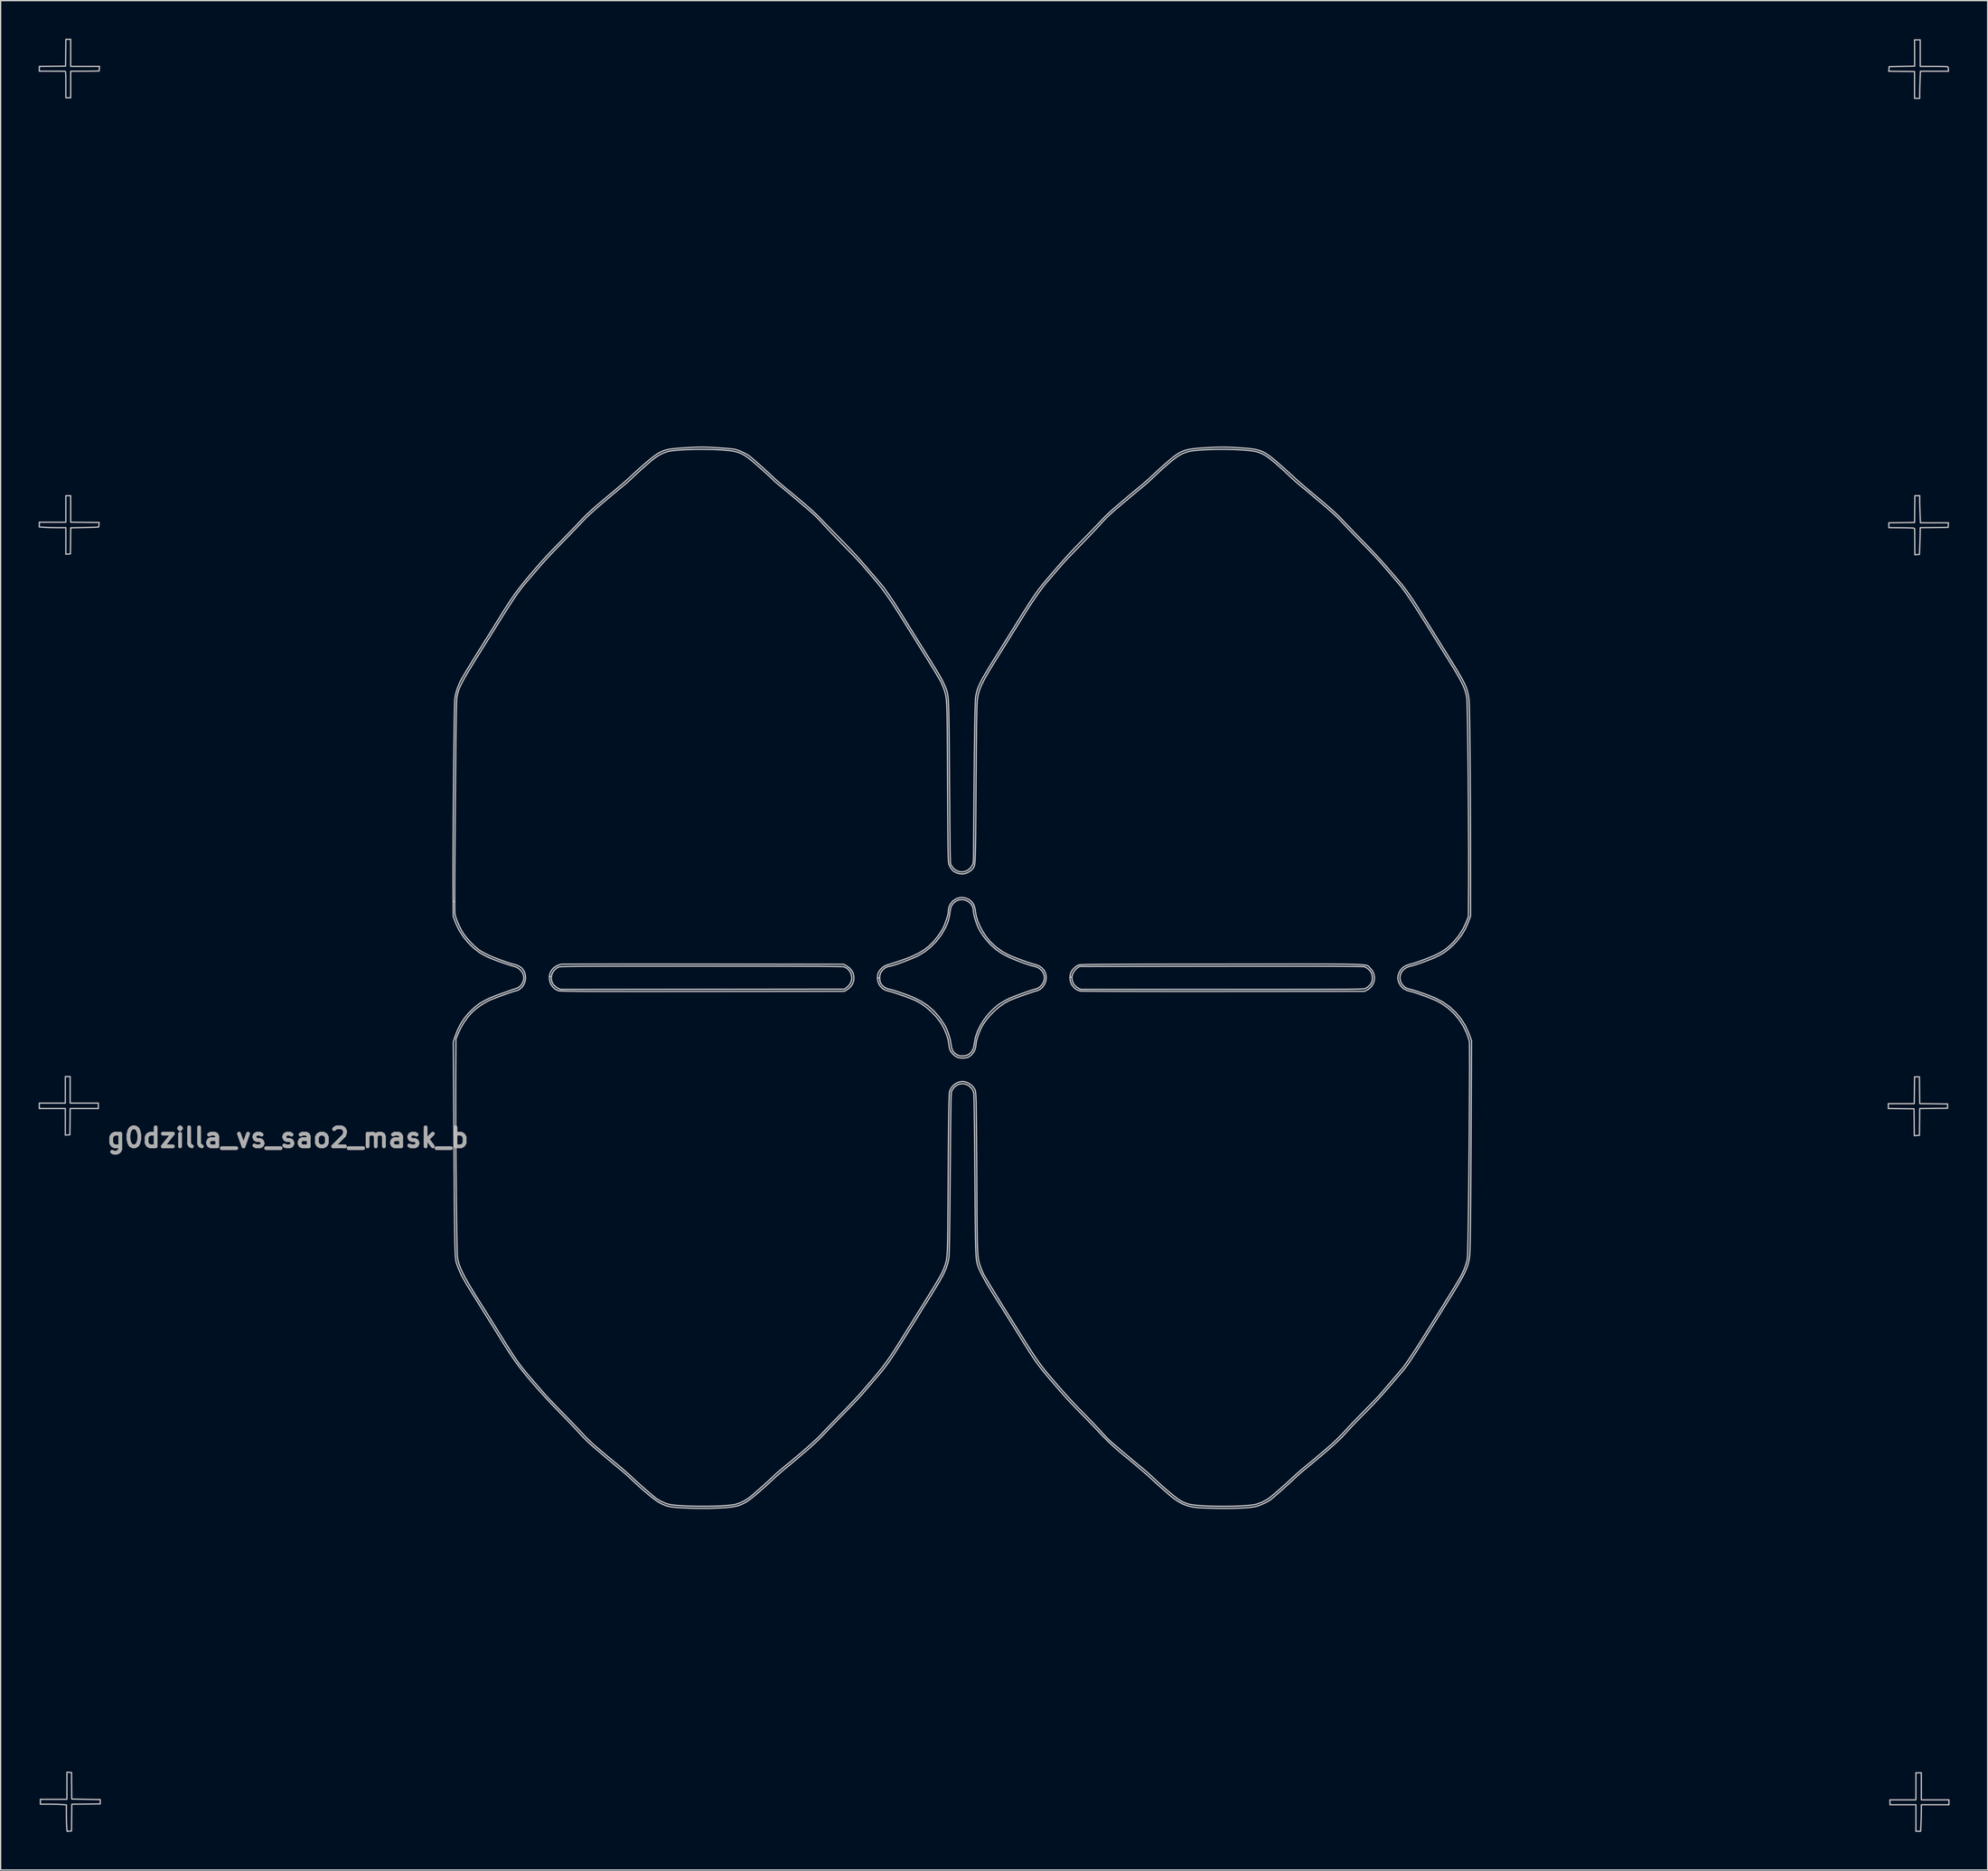
<source format=kicad_pcb>
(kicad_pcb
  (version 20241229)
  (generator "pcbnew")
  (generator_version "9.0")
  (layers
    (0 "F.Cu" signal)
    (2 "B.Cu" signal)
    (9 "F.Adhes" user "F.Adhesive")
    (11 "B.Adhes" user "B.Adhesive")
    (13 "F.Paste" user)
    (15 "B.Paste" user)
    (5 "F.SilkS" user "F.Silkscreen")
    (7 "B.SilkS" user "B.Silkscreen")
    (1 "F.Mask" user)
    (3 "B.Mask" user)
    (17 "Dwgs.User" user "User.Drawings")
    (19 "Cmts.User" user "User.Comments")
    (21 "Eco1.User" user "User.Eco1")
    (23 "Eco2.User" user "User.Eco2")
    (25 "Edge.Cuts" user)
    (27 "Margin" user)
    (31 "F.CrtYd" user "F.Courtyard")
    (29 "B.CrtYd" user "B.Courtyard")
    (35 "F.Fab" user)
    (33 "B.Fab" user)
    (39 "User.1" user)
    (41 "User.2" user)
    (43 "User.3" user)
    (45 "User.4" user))
  (footprint "g0dzilla_vs_sao2_mask_b"
    (layer "F.Cu")
    (at 72.749 74.116)
    (property "Reference" "g0dzilla_vs_sao2_mask_b" (at -53.1 12.55 0) (layer "F.Fab") (effects (font (size 1.5 1.5) (thickness 0.3))))
    (attr board_only exclude_from_pos_files exclude_from_bom)
    (fp_poly (pts (xy 20.977 18.668) (xy 21.721 18.708) (xy 22.415 18.788) (xy 23.086 18.913) (xy 23.763 19.087) (xy 24.247 19.238) (xy 25.137 19.577) (xy 25.988 19.987) (xy 26.795 20.465) (xy 27.555 21.005) (xy 28.264 21.603) (xy 28.919 22.257) (xy 29.514 22.961) (xy 30.047 23.712) (xy 30.513 24.505) (xy 30.909 25.336) (xy 31.23 26.201) (xy 31.397 26.783) (xy 31.49 27.161) (xy 31.562 27.498) (xy 31.616 27.815) (xy 31.654 28.133) (xy 31.679 28.472) (xy 31.692 28.852) (xy 31.697 29.293) (xy 31.697 29.37) (xy 31.693 29.823) (xy 31.681 30.211) (xy 31.659 30.555) (xy 31.623 30.875) (xy 31.572 31.191) (xy 31.503 31.524) (xy 31.414 31.894) (xy 31.397 31.957) (xy 31.131 32.828) (xy 30.785 33.68) (xy 30.366 34.502) (xy 29.977 35.133) (xy 29.402 35.921) (xy 28.769 36.646) (xy 28.082 37.307) (xy 27.341 37.903) (xy 26.549 38.433) (xy 25.709 38.895) (xy 24.823 39.287) (xy 23.893 39.608) (xy 22.921 39.857) (xy 22.262 39.98) (xy 22.099 39.999) (xy 21.869 40.018) (xy 21.588 40.034) (xy 21.273 40.048) (xy 20.941 40.06) (xy 20.609 40.068) (xy 20.294 40.072) (xy 20.013 40.073) (xy 19.782 40.068) (xy 19.62 40.059) (xy 19.616 40.058) (xy 18.605 39.912) (xy 17.63 39.69) (xy 16.692 39.394) (xy 15.794 39.023) (xy 14.938 38.58) (xy 14.127 38.065) (xy 13.361 37.479) (xy 12.805 36.981) (xy 12.135 36.282) (xy 11.538 35.539) (xy 11.015 34.753) (xy 10.566 33.924) (xy 10.191 33.056) (xy 9.892 32.147) (xy 9.669 31.199) (xy 9.641 31.049) (xy 9.599 30.744) (xy 9.567 30.375) (xy 9.546 29.961) (xy 9.536 29.523) (xy 9.536 29.08) (xy 9.548 28.654) (xy 9.571 28.264) (xy 9.605 27.93) (xy 9.618 27.839) (xy 9.808 26.904) (xy 10.078 25.997) (xy 10.424 25.121) (xy 10.847 24.283) (xy 11.261 23.607) (xy 11.834 22.823) (xy 12.467 22.098) (xy 13.156 21.436) (xy 13.898 20.838) (xy 14.689 20.306) (xy 15.527 19.844) (xy 16.407 19.452) (xy 17.327 19.133) (xy 18.283 18.89) (xy 18.468 18.853) (xy 19.005 18.761) (xy 19.53 18.7) (xy 20.069 18.668) (xy 20.651 18.661)) (stroke (width 0) (type solid)) (fill yes) (layer "B.Mask"))
    (fp_poly (pts (xy 21.149 -40.231) (xy 21.529 -40.217) (xy 21.863 -40.194) (xy 22.135 -40.165) (xy 22.177 -40.158) (xy 23.17 -39.962) (xy 24.111 -39.7) (xy 25.004 -39.371) (xy 25.854 -38.973) (xy 26.666 -38.504) (xy 27.386 -38.005) (xy 28.118 -37.404) (xy 28.793 -36.745) (xy 29.405 -36.034) (xy 29.952 -35.277) (xy 30.43 -34.479) (xy 30.835 -33.645) (xy 31.164 -32.78) (xy 31.355 -32.128) (xy 31.445 -31.761) (xy 31.516 -31.434) (xy 31.569 -31.127) (xy 31.607 -30.821) (xy 31.632 -30.497) (xy 31.647 -30.136) (xy 31.652 -29.717) (xy 31.653 -29.498) (xy 31.651 -29.141) (xy 31.647 -28.854) (xy 31.64 -28.619) (xy 31.629 -28.421) (xy 31.612 -28.244) (xy 31.588 -28.071) (xy 31.558 -27.886) (xy 31.554 -27.862) (xy 31.342 -26.908) (xy 31.055 -25.993) (xy 30.692 -25.118) (xy 30.254 -24.284) (xy 29.742 -23.491) (xy 29.157 -22.741) (xy 28.498 -22.035) (xy 28.391 -21.931) (xy 27.66 -21.289) (xy 26.883 -20.718) (xy 26.06 -20.22) (xy 25.191 -19.793) (xy 24.277 -19.438) (xy 23.32 -19.156) (xy 22.319 -18.947) (xy 22.22 -18.931) (xy 21.987 -18.902) (xy 21.689 -18.879) (xy 21.341 -18.861) (xy 20.965 -18.849) (xy 20.577 -18.843) (xy 20.196 -18.843) (xy 19.841 -18.849) (xy 19.53 -18.863) (xy 19.283 -18.883) (xy 19.253 -18.887) (xy 18.262 -19.054) (xy 17.304 -19.298) (xy 16.38 -19.617) (xy 15.495 -20.01) (xy 14.651 -20.476) (xy 13.853 -21.012) (xy 13.102 -21.618) (xy 12.764 -21.928) (xy 12.094 -22.628) (xy 11.496 -23.371) (xy 10.973 -24.157) (xy 10.524 -24.985) (xy 10.149 -25.854) (xy 9.85 -26.763) (xy 9.627 -27.71) (xy 9.599 -27.862) (xy 9.556 -28.168) (xy 9.524 -28.539) (xy 9.503 -28.954) (xy 9.493 -29.394) (xy 9.494 -29.837) (xy 9.506 -30.265) (xy 9.529 -30.656) (xy 9.563 -30.991) (xy 9.576 -31.076) (xy 9.765 -32.004) (xy 10.034 -32.908) (xy 10.379 -33.782) (xy 10.799 -34.618) (xy 11.218 -35.304) (xy 11.789 -36.087) (xy 12.416 -36.807) (xy 13.103 -37.466) (xy 13.767 -38.005) (xy 14.547 -38.542) (xy 15.361 -39.005) (xy 16.214 -39.398) (xy 17.111 -39.722) (xy 18.055 -39.979) (xy 18.975 -40.158) (xy 19.233 -40.189) (xy 19.557 -40.213) (xy 19.93 -40.229) (xy 20.331 -40.237) (xy 20.744 -40.238)) (stroke (width 0) (type solid)) (fill yes) (layer "B.Mask"))
    (fp_poly (pts (xy -19.877 18.68) (xy -19.498 18.695) (xy -19.163 18.717) (xy -18.891 18.747) (xy -18.847 18.753) (xy -17.854 18.949) (xy -16.913 19.211) (xy -16.019 19.54) (xy -15.167 19.94) (xy -14.353 20.411) (xy -13.619 20.921) (xy -12.89 21.521) (xy -12.219 22.179) (xy -11.609 22.89) (xy -11.063 23.647) (xy -10.587 24.446) (xy -10.183 25.28) (xy -9.856 26.144) (xy -9.669 26.783) (xy -9.579 27.15) (xy -9.509 27.477) (xy -9.455 27.784) (xy -9.417 28.089) (xy -9.392 28.414) (xy -9.378 28.775) (xy -9.372 29.194) (xy -9.372 29.413) (xy -9.376 29.876) (xy -9.389 30.275) (xy -9.414 30.63) (xy -9.454 30.961) (xy -9.51 31.289) (xy -9.586 31.634) (xy -9.684 32.018) (xy -9.716 32.138) (xy -10.001 33.016) (xy -10.362 33.862) (xy -10.795 34.671) (xy -11.298 35.441) (xy -11.865 36.165) (xy -12.494 36.842) (xy -13.18 37.466) (xy -13.918 38.034) (xy -14.706 38.541) (xy -15.54 38.983) (xy -16.415 39.357) (xy -16.841 39.509) (xy -17.571 39.723) (xy -18.354 39.9) (xy -18.805 39.98) (xy -18.967 39.999) (xy -19.198 40.018) (xy -19.479 40.034) (xy -19.794 40.048) (xy -20.126 40.06) (xy -20.458 40.068) (xy -20.773 40.072) (xy -21.054 40.073) (xy -21.285 40.068) (xy -21.447 40.059) (xy -21.451 40.058) (xy -22.462 39.912) (xy -23.437 39.69) (xy -24.375 39.394) (xy -25.272 39.023) (xy -26.128 38.58) (xy -26.94 38.065) (xy -27.706 37.479) (xy -28.262 36.981) (xy -28.932 36.282) (xy -29.529 35.539) (xy -30.052 34.753) (xy -30.501 33.924) (xy -30.875 33.056) (xy -31.175 32.147) (xy -31.398 31.199) (xy -31.425 31.049) (xy -31.468 30.743) (xy -31.5 30.372) (xy -31.521 29.957) (xy -31.531 29.517) (xy -31.53 29.074) (xy -31.519 28.646) (xy -31.495 28.255) (xy -31.461 27.92) (xy -31.448 27.835) (xy -31.273 26.956) (xy -31.03 26.112) (xy -30.713 25.285) (xy -30.482 24.781) (xy -30.04 23.973) (xy -29.525 23.202) (xy -28.941 22.474) (xy -28.295 21.794) (xy -27.591 21.168) (xy -26.837 20.604) (xy -26.245 20.227) (xy -25.442 19.795) (xy -24.608 19.431) (xy -23.735 19.132) (xy -22.814 18.897) (xy -22.049 18.753) (xy -21.792 18.722) (xy -21.468 18.699) (xy -21.096 18.683) (xy -20.694 18.674) (xy -20.282 18.674)) (stroke (width 0) (type solid)) (fill yes) (layer "B.Mask"))
    (fp_poly (pts (xy -19.877 -40.188) (xy -19.498 -40.173) (xy -19.163 -40.151) (xy -18.891 -40.122) (xy -18.847 -40.115) (xy -17.835 -39.914) (xy -16.87 -39.641) (xy -15.952 -39.298) (xy -15.08 -38.883) (xy -14.254 -38.396) (xy -13.473 -37.837) (xy -12.737 -37.206) (xy -12.633 -37.108) (xy -11.963 -36.409) (xy -11.367 -35.666) (xy -10.844 -34.88) (xy -10.395 -34.052) (xy -10.021 -33.183) (xy -9.721 -32.273) (xy -9.497 -31.323) (xy -9.47 -31.177) (xy -9.439 -30.996) (xy -9.415 -30.829) (xy -9.398 -30.661) (xy -9.386 -30.476) (xy -9.378 -30.259) (xy -9.374 -29.995) (xy -9.372 -29.667) (xy -9.372 -29.498) (xy -9.373 -29.138) (xy -9.376 -28.848) (xy -9.382 -28.612) (xy -9.392 -28.415) (xy -9.407 -28.241) (xy -9.428 -28.075) (xy -9.455 -27.902) (xy -9.47 -27.819) (xy -9.683 -26.863) (xy -9.971 -25.948) (xy -10.334 -25.072) (xy -10.772 -24.238) (xy -11.283 -23.446) (xy -11.869 -22.696) (xy -12.528 -21.991) (xy -12.633 -21.889) (xy -13.364 -21.247) (xy -14.141 -20.676) (xy -14.965 -20.177) (xy -15.833 -19.75) (xy -16.747 -19.395) (xy -17.704 -19.113) (xy -18.704 -18.905) (xy -18.805 -18.888) (xy -18.967 -18.869) (xy -19.198 -18.851) (xy -19.479 -18.834) (xy -19.794 -18.82) (xy -20.126 -18.809) (xy -20.458 -18.8) (xy -20.773 -18.796) (xy -21.054 -18.796) (xy -21.285 -18.8) (xy -21.447 -18.81) (xy -21.451 -18.81) (xy -22.462 -18.956) (xy -23.437 -19.178) (xy -24.375 -19.475) (xy -25.272 -19.845) (xy -26.128 -20.288) (xy -26.94 -20.803) (xy -27.706 -21.389) (xy -28.262 -21.887) (xy -28.932 -22.586) (xy -29.529 -23.329) (xy -30.052 -24.115) (xy -30.501 -24.943) (xy -30.875 -25.812) (xy -31.175 -26.722) (xy -31.399 -27.672) (xy -31.426 -27.819) (xy -31.457 -28.001) (xy -31.481 -28.168) (xy -31.498 -28.336) (xy -31.51 -28.52) (xy -31.518 -28.737) (xy -31.522 -29.002) (xy -31.524 -29.329) (xy -31.524 -29.498) (xy -31.521 -29.958) (xy -31.51 -30.353) (xy -31.487 -30.701) (xy -31.452 -31.023) (xy -31.402 -31.337) (xy -31.334 -31.664) (xy -31.245 -32.022) (xy -31.18 -32.266) (xy -30.895 -33.144) (xy -30.534 -33.99) (xy -30.101 -34.799) (xy -29.598 -35.569) (xy -29.031 -36.294) (xy -28.402 -36.97) (xy -27.717 -37.594) (xy -26.978 -38.162) (xy -26.19 -38.669) (xy -25.356 -39.111) (xy -24.482 -39.485) (xy -24.055 -39.637) (xy -23.24 -39.873) (xy -22.355 -40.063) (xy -22.049 -40.115) (xy -21.792 -40.146) (xy -21.468 -40.17) (xy -21.096 -40.186) (xy -20.694 -40.194) (xy -20.282 -40.195)) (stroke (width 0) (type solid)) (fill yes) (layer "B.Mask"))
    (fp_poly (pts (xy -70.266 8.773) (xy -70.266 9.818) (xy -69.156 9.818) (xy -68.046 9.818) (xy -68.046 10.032) (xy -68.046 10.245) (xy -69.156 10.245) (xy -70.265 10.245) (xy -70.276 11.281) (xy -70.288 12.316) (xy -70.469 12.329) (xy -70.65 12.342) (xy -70.65 11.294) (xy -70.65 10.245) (xy -71.675 10.245) (xy -72.699 10.245) (xy -72.699 10.032) (xy -72.699 9.818) (xy -71.675 9.818) (xy -70.65 9.818) (xy -70.65 8.773) (xy -70.65 7.727) (xy -70.458 7.727) (xy -70.266 7.727)) (stroke (width 0.1) (type solid)) (fill no) (layer "Dwgs.User"))
    (fp_poly (pts (xy 75.55 8.804) (xy 75.561 9.86) (xy 76.66 9.871) (xy 77.758 9.883) (xy 77.758 10.053) (xy 77.758 10.224) (xy 76.66 10.235) (xy 75.561 10.247) (xy 75.55 11.303) (xy 75.538 12.358) (xy 75.336 12.371) (xy 75.134 12.384) (xy 75.123 11.326) (xy 75.111 10.267) (xy 74.098 10.255) (xy 73.084 10.244) (xy 73.084 10.053) (xy 73.084 9.861) (xy 74.107 9.861) (xy 75.131 9.861) (xy 75.143 8.805) (xy 75.154 7.748) (xy 75.346 7.748) (xy 75.538 7.748)) (stroke (width 0.1) (type solid)) (fill no) (layer "Dwgs.User"))
    (fp_poly (pts (xy 75.688 63.692) (xy 75.688 64.759) (xy 76.776 64.759) (xy 77.865 64.759) (xy 77.865 64.951) (xy 77.865 65.144) (xy 76.776 65.144) (xy 75.688 65.144) (xy 75.688 65.645) (xy 75.685 65.904) (xy 75.678 66.205) (xy 75.668 66.504) (xy 75.66 66.691) (xy 75.632 67.235) (xy 75.446 67.235) (xy 75.261 67.235) (xy 75.261 66.189) (xy 75.261 65.144) (xy 74.236 65.144) (xy 73.212 65.144) (xy 73.212 64.951) (xy 73.212 64.759) (xy 74.236 64.759) (xy 75.261 64.759) (xy 75.261 63.692) (xy 75.261 62.625) (xy 75.474 62.625) (xy 75.688 62.625)) (stroke (width 0.1) (type solid)) (fill no) (layer "Dwgs.User"))
    (fp_poly (pts (xy -70.341 62.59) (xy -70.159 62.604) (xy -70.151 63.649) (xy -70.143 64.695) (xy -69.02 64.717) (xy -67.897 64.738) (xy -67.897 64.909) (xy -67.897 65.079) (xy -69.017 65.091) (xy -70.137 65.102) (xy -70.148 66.158) (xy -70.159 67.214) (xy -70.334 67.227) (xy -70.509 67.24) (xy -70.537 66.911) (xy -70.547 66.752) (xy -70.555 66.531) (xy -70.561 66.273) (xy -70.565 66.002) (xy -70.565 65.869) (xy -70.565 65.156) (xy -70.892 65.128) (xy -71.051 65.119) (xy -71.272 65.111) (xy -71.529 65.104) (xy -71.798 65.101) (xy -71.916 65.101) (xy -72.614 65.101) (xy -72.614 64.909) (xy -72.614 64.717) (xy -71.568 64.717) (xy -70.522 64.717) (xy -70.522 63.647) (xy -70.522 62.577)) (stroke (width 0.1) (type solid)) (fill no) (layer "Dwgs.User"))
    (fp_poly (pts (xy 75.602 -72.977) (xy 75.602 -71.931) (xy 76.645 -71.931) (xy 76.938 -71.93) (xy 77.204 -71.927) (xy 77.432 -71.923) (xy 77.608 -71.917) (xy 77.721 -71.91) (xy 77.755 -71.905) (xy 77.806 -71.842) (xy 77.822 -71.713) (xy 77.822 -71.547) (xy 76.719 -71.547) (xy 75.616 -71.547) (xy 75.588 -70.836) (xy 75.578 -70.564) (xy 75.57 -70.291) (xy 75.563 -70.041) (xy 75.56 -69.84) (xy 75.56 -69.768) (xy 75.56 -69.412) (xy 75.357 -69.412) (xy 75.154 -69.412) (xy 75.154 -70.469) (xy 75.154 -71.526) (xy 74.138 -71.537) (xy 73.122 -71.548) (xy 73.135 -71.729) (xy 73.148 -71.91) (xy 74.155 -71.931) (xy 75.163 -71.952) (xy 75.159 -72.988) (xy 75.154 -74.023) (xy 75.378 -74.023) (xy 75.602 -74.023)) (stroke (width 0.1) (type solid)) (fill no) (layer "Dwgs.User"))
    (fp_poly (pts (xy -70.224 -37.033) (xy -70.224 -35.988) (xy -69.103 -35.977) (xy -67.983 -35.966) (xy -67.997 -35.795) (xy -68.01 -35.684) (xy -68.023 -35.616) (xy -68.027 -35.609) (xy -68.072 -35.604) (xy -68.19 -35.597) (xy -68.372 -35.591) (xy -68.604 -35.583) (xy -68.875 -35.576) (xy -69.132 -35.57) (xy -70.222 -35.547) (xy -70.233 -34.518) (xy -70.245 -33.49) (xy -70.426 -33.476) (xy -70.608 -33.463) (xy -70.608 -34.512) (xy -70.608 -35.56) (xy -71.263 -35.56) (xy -71.531 -35.562) (xy -71.808 -35.567) (xy -72.064 -35.575) (xy -72.27 -35.585) (xy -72.309 -35.588) (xy -72.699 -35.615) (xy -72.699 -35.801) (xy -72.699 -35.987) (xy -71.654 -35.987) (xy -70.608 -35.987) (xy -70.608 -37.033) (xy -70.608 -38.079) (xy -70.416 -38.079) (xy -70.224 -38.079)) (stroke (width 0.1) (type solid)) (fill no) (layer "Dwgs.User"))
    (fp_poly (pts (xy -70.224 -72.998) (xy -70.224 -71.931) (xy -69.09 -71.931) (xy -67.956 -71.931) (xy -67.969 -71.75) (xy -67.982 -71.568) (xy -68.238 -71.56) (xy -68.362 -71.558) (xy -68.552 -71.555) (xy -68.792 -71.553) (xy -69.062 -71.551) (xy -69.344 -71.55) (xy -69.359 -71.55) (xy -70.224 -71.547) (xy -70.224 -70.501) (xy -70.224 -69.455) (xy -70.416 -69.455) (xy -70.608 -69.455) (xy -70.608 -70.501) (xy -70.608 -70.827) (xy -70.61 -71.078) (xy -70.613 -71.263) (xy -70.62 -71.392) (xy -70.629 -71.475) (xy -70.643 -71.522) (xy -70.661 -71.543) (xy -70.682 -71.548) (xy -70.745 -71.548) (xy -70.88 -71.548) (xy -71.074 -71.549) (xy -71.314 -71.549) (xy -71.586 -71.55) (xy -71.728 -71.551) (xy -72.699 -71.553) (xy -72.699 -71.741) (xy -72.699 -71.93) (xy -71.664 -71.941) (xy -70.629 -71.952) (xy -70.618 -73.009) (xy -70.606 -74.066) (xy -70.415 -74.066) (xy -70.224 -74.066)) (stroke (width 0.1) (type solid)) (fill no) (layer "Dwgs.User"))
    (fp_poly (pts (xy 75.56 -37.723) (xy 75.561 -37.553) (xy 75.566 -37.323) (xy 75.574 -37.057) (xy 75.583 -36.782) (xy 75.588 -36.655) (xy 75.616 -35.944) (xy 76.721 -35.944) (xy 77.827 -35.944) (xy 77.814 -35.763) (xy 77.801 -35.581) (xy 76.702 -35.57) (xy 75.602 -35.559) (xy 75.597 -35.164) (xy 75.593 -34.974) (xy 75.586 -34.727) (xy 75.577 -34.452) (xy 75.567 -34.177) (xy 75.565 -34.109) (xy 75.538 -33.447) (xy 75.357 -33.434) (xy 75.175 -33.421) (xy 75.171 -34.394) (xy 75.169 -34.679) (xy 75.167 -34.938) (xy 75.165 -35.158) (xy 75.163 -35.327) (xy 75.161 -35.43) (xy 75.16 -35.453) (xy 75.155 -35.48) (xy 75.137 -35.501) (xy 75.096 -35.517) (xy 75.022 -35.528) (xy 74.905 -35.536) (xy 74.734 -35.541) (xy 74.5 -35.546) (xy 74.192 -35.55) (xy 74.14 -35.55) (xy 73.126 -35.562) (xy 73.126 -35.752) (xy 73.126 -35.943) (xy 74.14 -35.954) (xy 75.154 -35.966) (xy 75.166 -37.022) (xy 75.177 -38.079) (xy 75.368 -38.079) (xy 75.56 -38.079)) (stroke (width 0.1) (type solid)) (fill no) (layer "Dwgs.User"))
    (fp_poly (pts (xy -24.563 -1.147) (xy -23.69 -1.147) (xy -22.786 -1.146) (xy -21.856 -1.145) (xy -20.902 -1.145) (xy -20.299 -1.144) (xy -9.285 -1.131) (xy -9.052 -1.003) (xy -8.805 -0.825) (xy -8.627 -0.608) (xy -8.515 -0.362) (xy -8.47 -0.102) (xy -8.492 0.161) (xy -8.58 0.414) (xy -8.735 0.645) (xy -8.957 0.841) (xy -9.071 0.911) (xy -9.242 1.003) (xy -20.405 1.011) (xy -21.581 1.012) (xy -22.674 1.012) (xy -23.687 1.013) (xy -24.624 1.013) (xy -25.487 1.013) (xy -26.279 1.013) (xy -27.004 1.012) (xy -27.663 1.012) (xy -28.261 1.011) (xy -28.799 1.009) (xy -29.282 1.008) (xy -29.711 1.006) (xy -30.09 1.004) (xy -30.421 1.001) (xy -30.708 0.998) (xy -30.953 0.995) (xy -31.16 0.992) (xy -31.331 0.988) (xy -31.47 0.983) (xy -31.578 0.978) (xy -31.66 0.973) (xy -31.717 0.967) (xy -31.754 0.961) (xy -31.762 0.959) (xy -32.013 0.84) (xy -32.216 0.661) (xy -32.366 0.437) (xy -32.459 0.183) (xy -32.489 -0.088) (xy -32.478 -0.164) (xy -32.331 -0.164) (xy -32.329 0.085) (xy -32.257 0.322) (xy -32.118 0.532) (xy -31.914 0.701) (xy -31.84 0.742) (xy -31.615 0.854) (xy -20.422 0.843) (xy -9.228 0.832) (xy -9.043 0.704) (xy -8.854 0.528) (xy -8.717 0.31) (xy -8.644 0.071) (xy -8.638 -0.112) (xy -8.702 -0.396) (xy -8.834 -0.634) (xy -9.026 -0.817) (xy -9.259 -0.933) (xy -9.299 -0.939) (xy -9.388 -0.944) (xy -9.527 -0.948) (xy -9.719 -0.953) (xy -9.965 -0.957) (xy -10.268 -0.96) (xy -10.629 -0.964) (xy -11.051 -0.967) (xy -11.535 -0.969) (xy -12.085 -0.972) (xy -12.7 -0.974) (xy -13.385 -0.976) (xy -14.141 -0.977) (xy -14.969 -0.978) (xy -15.872 -0.979) (xy -16.852 -0.98) (xy -17.911 -0.981) (xy -19.05 -0.981) (xy -20.273 -0.981) (xy -20.508 -0.981) (xy -21.659 -0.981) (xy -22.729 -0.981) (xy -23.719 -0.98) (xy -24.633 -0.98) (xy -25.474 -0.98) (xy -26.245 -0.979) (xy -26.949 -0.979) (xy -27.59 -0.978) (xy -28.17 -0.977) (xy -28.693 -0.975) (xy -29.161 -0.974) (xy -29.578 -0.972) (xy -29.947 -0.97) (xy -30.27 -0.968) (xy -30.552 -0.965) (xy -30.795 -0.962) (xy -31.002 -0.959) (xy -31.176 -0.955) (xy -31.321 -0.951) (xy -31.44 -0.946) (xy -31.534 -0.941) (xy -31.609 -0.936) (xy -31.667 -0.93) (xy -31.71 -0.923) (xy -31.742 -0.916) (xy -31.767 -0.909) (xy -31.784 -0.901) (xy -31.916 -0.821) (xy -32.053 -0.705) (xy -32.112 -0.642) (xy -32.259 -0.412) (xy -32.331 -0.164) (xy -32.478 -0.164) (xy -32.45 -0.36) (xy -32.337 -0.619) (xy -32.334 -0.624) (xy -32.161 -0.831) (xy -31.932 -0.996) (xy -31.672 -1.103) (xy -31.532 -1.131) (xy -31.47 -1.133) (xy -31.327 -1.135) (xy -31.106 -1.137) (xy -30.81 -1.139) (xy -30.444 -1.14) (xy -30.01 -1.142) (xy -29.513 -1.143) (xy -28.956 -1.144) (xy -28.343 -1.145) (xy -27.677 -1.146) (xy -26.963 -1.146) (xy -26.203 -1.147) (xy -25.402 -1.147)) (stroke (width 0.1) (type solid)) (fill no) (layer "Dwgs.User"))
    (fp_poly (pts (xy 27.693 -1.148) (xy 28.291 -1.148) (xy 28.83 -1.146) (xy 29.315 -1.144) (xy 29.748 -1.141) (xy 30.132 -1.137) (xy 30.471 -1.132) (xy 30.767 -1.126) (xy 31.024 -1.119) (xy 31.245 -1.111) (xy 31.432 -1.101) (xy 31.59 -1.091) (xy 31.72 -1.078) (xy 31.826 -1.064) (xy 31.911 -1.049) (xy 31.978 -1.032) (xy 32.03 -1.013) (xy 32.07 -0.992) (xy 32.102 -0.969) (xy 32.128 -0.944) (xy 32.151 -0.917) (xy 32.175 -0.888) (xy 32.202 -0.857) (xy 32.232 -0.827) (xy 32.417 -0.601) (xy 32.529 -0.347) (xy 32.572 -0.08) (xy 32.546 0.187) (xy 32.453 0.44) (xy 32.296 0.665) (xy 32.077 0.847) (xy 31.995 0.893) (xy 31.782 1.003) (xy 20.64 1.01) (xy 19.669 1.01) (xy 18.72 1.01) (xy 17.796 1.01) (xy 16.9 1.01) (xy 16.037 1.01) (xy 15.21 1.009) (xy 14.423 1.008) (xy 13.679 1.007) (xy 12.981 1.006) (xy 12.334 1.004) (xy 11.741 1.002) (xy 11.206 1.001) (xy 10.731 0.999) (xy 10.322 0.997) (xy 9.98 0.994) (xy 9.711 0.992) (xy 9.517 0.989) (xy 9.402 0.987) (xy 9.37 0.985) (xy 9.099 0.878) (xy 8.876 0.709) (xy 8.707 0.491) (xy 8.599 0.236) (xy 8.559 -0.043) (xy 8.564 -0.088) (xy 8.709 -0.088) (xy 8.748 0.196) (xy 8.862 0.443) (xy 9.045 0.644) (xy 9.232 0.764) (xy 9.413 0.854) (xy 20.555 0.853) (xy 21.708 0.853) (xy 22.779 0.853) (xy 23.771 0.852) (xy 24.687 0.852) (xy 25.53 0.852) (xy 26.303 0.851) (xy 27.009 0.851) (xy 27.652 0.85) (xy 28.233 0.849) (xy 28.758 0.847) (xy 29.228 0.846) (xy 29.646 0.844) (xy 30.016 0.842) (xy 30.341 0.84) (xy 30.625 0.837) (xy 30.869 0.834) (xy 31.077 0.831) (xy 31.252 0.827) (xy 31.398 0.823) (xy 31.517 0.819) (xy 31.613 0.814) (xy 31.688 0.808) (xy 31.746 0.802) (xy 31.79 0.796) (xy 31.823 0.789) (xy 31.848 0.781) (xy 31.867 0.773) (xy 31.867 0.773) (xy 32.049 0.659) (xy 32.213 0.504) (xy 32.332 0.336) (xy 32.359 0.277) (xy 32.402 0.075) (xy 32.401 -0.154) (xy 32.357 -0.37) (xy 32.321 -0.459) (xy 32.188 -0.652) (xy 32.011 -0.815) (xy 31.817 -0.924) (xy 31.772 -0.939) (xy 31.724 -0.944) (xy 31.618 -0.949) (xy 31.451 -0.954) (xy 31.222 -0.958) (xy 30.93 -0.961) (xy 30.573 -0.964) (xy 30.15 -0.967) (xy 29.658 -0.97) (xy 29.097 -0.972) (xy 28.464 -0.973) (xy 27.759 -0.975) (xy 26.98 -0.975) (xy 26.125 -0.976) (xy 25.192 -0.976) (xy 24.18 -0.976) (xy 23.088 -0.975) (xy 21.914 -0.974) (xy 20.657 -0.973) (xy 20.462 -0.973) (xy 9.314 -0.961) (xy 9.128 -0.832) (xy 8.976 -0.69) (xy 8.844 -0.503) (xy 8.75 -0.299) (xy 8.709 -0.108) (xy 8.709 -0.088) (xy 8.564 -0.088) (xy 8.591 -0.334) (xy 8.637 -0.478) (xy 8.748 -0.674) (xy 8.919 -0.861) (xy 9.123 -1.012) (xy 9.215 -1.061) (xy 9.236 -1.068) (xy 9.266 -1.075) (xy 9.31 -1.081) (xy 9.37 -1.087) (xy 9.449 -1.093) (xy 9.55 -1.098) (xy 9.676 -1.102) (xy 9.831 -1.106) (xy 10.017 -1.11) (xy 10.238 -1.114) (xy 10.496 -1.117) (xy 10.795 -1.12) (xy 11.138 -1.123) (xy 11.527 -1.125) (xy 11.967 -1.127) (xy 12.459 -1.129) (xy 13.007 -1.131) (xy 13.614 -1.133) (xy 14.283 -1.134) (xy 15.017 -1.136) (xy 15.82 -1.137) (xy 16.694 -1.138) (xy 17.642 -1.139) (xy 18.667 -1.14) (xy 19.774 -1.142) (xy 20.468 -1.142) (xy 21.638 -1.144) (xy 22.725 -1.145) (xy 23.733 -1.146) (xy 24.666 -1.147) (xy 25.525 -1.148) (xy 26.313 -1.149) (xy 27.035 -1.149)) (stroke (width 0.1) (type solid)) (fill no) (layer "Dwgs.User"))
    (fp_poly (pts (xy 0.353 -6.344) (xy 0.366 -6.341) (xy 0.63 -6.223) (xy 0.836 -6.046) (xy 0.986 -5.807) (xy 1.079 -5.505) (xy 1.111 -5.275) (xy 1.173 -4.911) (xy 1.297 -4.515) (xy 1.475 -4.105) (xy 1.697 -3.696) (xy 1.957 -3.306) (xy 2.244 -2.952) (xy 2.323 -2.866) (xy 2.761 -2.467) (xy 3.258 -2.118) (xy 3.676 -1.889) (xy 3.871 -1.801) (xy 4.12 -1.698) (xy 4.406 -1.586) (xy 4.712 -1.472) (xy 5.018 -1.362) (xy 5.307 -1.263) (xy 5.562 -1.182) (xy 5.763 -1.124) (xy 5.826 -1.109) (xy 6.114 -1.007) (xy 6.351 -0.847) (xy 6.53 -0.638) (xy 6.646 -0.394) (xy 6.693 -0.124) (xy 6.666 0.159) (xy 6.572 0.418) (xy 6.406 0.672) (xy 6.197 0.853) (xy 5.94 0.965) (xy 5.863 0.983) (xy 5.759 1.012) (xy 5.59 1.065) (xy 5.372 1.139) (xy 5.121 1.226) (xy 4.851 1.322) (xy 4.578 1.422) (xy 4.318 1.518) (xy 4.085 1.607) (xy 3.896 1.683) (xy 3.778 1.734) (xy 3.398 1.94) (xy 3.011 2.211) (xy 2.634 2.53) (xy 2.28 2.884) (xy 1.965 3.257) (xy 1.703 3.636) (xy 1.515 3.988) (xy 1.376 4.327) (xy 1.266 4.641) (xy 1.191 4.916) (xy 1.155 5.139) (xy 1.152 5.201) (xy 1.113 5.481) (xy 1.004 5.744) (xy 0.838 5.972) (xy 0.625 6.147) (xy 0.503 6.209) (xy 0.332 6.253) (xy 0.118 6.27) (xy -0.099 6.259) (xy -0.281 6.221) (xy -0.289 6.218) (xy -0.508 6.099) (xy -0.707 5.917) (xy -0.835 5.74) (xy -0.901 5.604) (xy -0.946 5.445) (xy -0.976 5.237) (xy -0.982 5.176) (xy -1.046 4.802) (xy -1.169 4.4) (xy -1.341 3.991) (xy -1.552 3.6) (xy -1.679 3.405) (xy -2.002 2.992) (xy -2.372 2.605) (xy -2.773 2.257) (xy -3.19 1.962) (xy -3.606 1.734) (xy -3.707 1.689) (xy -3.948 1.591) (xy -4.223 1.486) (xy -4.517 1.378) (xy -4.813 1.273) (xy -5.094 1.177) (xy -5.346 1.095) (xy -5.551 1.034) (xy -5.694 0.998) (xy -5.699 0.997) (xy -5.992 0.911) (xy -6.225 0.774) (xy -6.411 0.576) (xy -6.465 0.496) (xy -6.57 0.253) (xy -6.616 -0.021) (xy -6.613 -0.06) (xy -6.445 -0.06) (xy -6.429 0.16) (xy -6.387 0.315) (xy -6.255 0.525) (xy -6.057 0.693) (xy -5.807 0.809) (xy -5.618 0.854) (xy -5.495 0.882) (xy -5.309 0.936) (xy -5.076 1.01) (xy -4.812 1.099) (xy -4.534 1.197) (xy -4.257 1.298) (xy -3.999 1.397) (xy -3.775 1.488) (xy -3.757 1.495) (xy -3.167 1.789) (xy -2.638 2.141) (xy -2.168 2.554) (xy -1.753 3.03) (xy -1.583 3.266) (xy -1.437 3.482) (xy -1.329 3.651) (xy -1.246 3.795) (xy -1.177 3.936) (xy -1.112 4.096) (xy -1.037 4.299) (xy -1.002 4.398) (xy -0.874 4.829) (xy -0.813 5.199) (xy -0.765 5.485) (xy -0.674 5.707) (xy -0.531 5.879) (xy -0.342 6.008) (xy -0.214 6.067) (xy -0.092 6.095) (xy 0.062 6.099) (xy 0.137 6.096) (xy 0.317 6.079) (xy 0.449 6.042) (xy 0.572 5.976) (xy 0.606 5.952) (xy 0.783 5.795) (xy 0.907 5.601) (xy 0.987 5.356) (xy 1.023 5.111) (xy 1.107 4.645) (xy 1.268 4.169) (xy 1.497 3.694) (xy 1.788 3.23) (xy 2.135 2.789) (xy 2.531 2.381) (xy 2.86 2.101) (xy 3.035 1.979) (xy 3.26 1.84) (xy 3.506 1.702) (xy 3.746 1.581) (xy 3.85 1.534) (xy 4.029 1.46) (xy 4.255 1.372) (xy 4.51 1.276) (xy 4.778 1.177) (xy 5.044 1.081) (xy 5.292 0.995) (xy 5.505 0.924) (xy 5.668 0.873) (xy 5.752 0.851) (xy 5.99 0.779) (xy 6.181 0.661) (xy 6.333 0.509) (xy 6.475 0.284) (xy 6.542 0.046) (xy 6.538 -0.194) (xy 6.468 -0.424) (xy 6.338 -0.631) (xy 6.153 -0.802) (xy 5.917 -0.926) (xy 5.713 -0.98) (xy 5.564 -1.014) (xy 5.353 -1.076) (xy 5.096 -1.161) (xy 4.808 -1.262) (xy 4.505 -1.375) (xy 4.204 -1.493) (xy 3.921 -1.61) (xy 3.79 -1.667) (xy 3.227 -1.956) (xy 2.725 -2.298) (xy 2.274 -2.702) (xy 1.865 -3.175) (xy 1.677 -3.434) (xy 1.517 -3.676) (xy 1.395 -3.886) (xy 1.294 -4.099) (xy 1.197 -4.347) (xy 1.168 -4.429) (xy 1.051 -4.795) (xy 0.98 -5.099) (xy 0.959 -5.257) (xy 0.939 -5.431) (xy 0.909 -5.59) (xy 0.878 -5.694) (xy 0.739 -5.91) (xy 0.542 -6.08) (xy 0.305 -6.192) (xy 0.047 -6.233) (xy 0.043 -6.233) (xy -0.216 -6.203) (xy -0.432 -6.107) (xy -0.59 -5.978) (xy -0.718 -5.83) (xy -0.805 -5.676) (xy -0.86 -5.489) (xy -0.895 -5.244) (xy -0.896 -5.234) (xy -0.961 -4.823) (xy -1.075 -4.427) (xy -1.247 -4.03) (xy -1.481 -3.614) (xy -1.61 -3.415) (xy -1.978 -2.934) (xy -2.4 -2.502) (xy -2.864 -2.13) (xy -3.358 -1.829) (xy -3.55 -1.735) (xy -3.793 -1.628) (xy -4.064 -1.516) (xy -4.35 -1.404) (xy -4.637 -1.295) (xy -4.912 -1.195) (xy -5.161 -1.109) (xy -5.372 -1.042) (xy -5.53 -0.998) (xy -5.623 -0.982) (xy -5.623 -0.982) (xy -5.821 -0.944) (xy -6.022 -0.839) (xy -6.205 -0.683) (xy -6.348 -0.492) (xy -6.365 -0.461) (xy -6.423 -0.28) (xy -6.445 -0.06) (xy -6.613 -0.06) (xy -6.598 -0.295) (xy -6.556 -0.446) (xy -6.454 -0.627) (xy -6.3 -0.803) (xy -6.118 -0.953) (xy -5.934 -1.052) (xy -5.886 -1.067) (xy -5.665 -1.131) (xy -5.387 -1.217) (xy -5.076 -1.32) (xy -4.754 -1.43) (xy -4.444 -1.54) (xy -4.167 -1.643) (xy -3.948 -1.73) (xy -3.927 -1.739) (xy -3.404 -1.987) (xy -2.951 -2.258) (xy -2.553 -2.564) (xy -2.195 -2.918) (xy -1.863 -3.33) (xy -1.733 -3.516) (xy -1.606 -3.707) (xy -1.509 -3.862) (xy -1.431 -4.003) (xy -1.362 -4.152) (xy -1.292 -4.33) (xy -1.21 -4.559) (xy -1.171 -4.668) (xy -1.08 -4.964) (xy -1.033 -5.203) (xy -1.025 -5.332) (xy -0.984 -5.621) (xy -0.869 -5.883) (xy -0.689 -6.105) (xy -0.455 -6.273) (xy -0.304 -6.338) (xy -0.087 -6.392) (xy 0.119 -6.394)) (stroke (width 0.1) (type solid)) (fill no) (layer "Dwgs.User"))
    (fp_poly (pts (xy -20.291 -41.911) (xy -20.039 -41.903) (xy -19.749 -41.889) (xy -19.4 -41.87) (xy -19.282 -41.863) (xy -18.891 -41.837) (xy -18.541 -41.811) (xy -18.243 -41.784) (xy -18.007 -41.757) (xy -17.842 -41.731) (xy -17.799 -41.722) (xy -17.602 -41.659) (xy -17.365 -41.563) (xy -17.119 -41.448) (xy -16.897 -41.329) (xy -16.771 -41.251) (xy -16.681 -41.182) (xy -16.539 -41.065) (xy -16.357 -40.91) (xy -16.146 -40.727) (xy -15.918 -40.527) (xy -15.685 -40.319) (xy -15.456 -40.113) (xy -15.244 -39.92) (xy -15.061 -39.748) (xy -14.963 -39.655) (xy -14.783 -39.486) (xy -14.558 -39.284) (xy -14.31 -39.066) (xy -14.059 -38.852) (xy -13.892 -38.713) (xy -13.402 -38.311) (xy -12.974 -37.956) (xy -12.6 -37.642) (xy -12.275 -37.365) (xy -11.992 -37.118) (xy -11.745 -36.897) (xy -11.528 -36.695) (xy -11.334 -36.508) (xy -11.157 -36.33) (xy -11.121 -36.291) (xy -10.949 -36.114) (xy -10.731 -35.888) (xy -10.478 -35.628) (xy -10.204 -35.347) (xy -9.92 -35.057) (xy -9.641 -34.772) (xy -9.536 -34.665) (xy -9.248 -34.371) (xy -8.993 -34.109) (xy -8.763 -33.87) (xy -8.55 -33.644) (xy -8.343 -33.421) (xy -8.134 -33.191) (xy -7.915 -32.945) (xy -7.677 -32.673) (xy -7.41 -32.364) (xy -7.106 -32.01) (xy -6.756 -31.6) (xy -6.752 -31.595) (xy -6.599 -31.416) (xy -6.442 -31.232) (xy -6.303 -31.07) (xy -6.236 -30.992) (xy -6.137 -30.867) (xy -6.001 -30.683) (xy -5.837 -30.451) (xy -5.653 -30.184) (xy -5.458 -29.896) (xy -5.262 -29.597) (xy -5.071 -29.302) (xy -4.952 -29.114) (xy -4.719 -28.742) (xy -4.526 -28.433) (xy -4.366 -28.176) (xy -4.233 -27.964) (xy -4.122 -27.785) (xy -4.025 -27.631) (xy -3.939 -27.491) (xy -3.856 -27.357) (xy -3.82 -27.3) (xy -3.721 -27.139) (xy -3.586 -26.923) (xy -3.427 -26.668) (xy -3.253 -26.39) (xy -3.075 -26.106) (xy -2.98 -25.955) (xy -2.677 -25.473) (xy -2.417 -25.056) (xy -2.194 -24.697) (xy -2.006 -24.389) (xy -1.848 -24.126) (xy -1.715 -23.901) (xy -1.605 -23.706) (xy -1.513 -23.536) (xy -1.435 -23.382) (xy -1.368 -23.239) (xy -1.306 -23.099) (xy -1.253 -22.971) (xy -1.217 -22.88) (xy -1.184 -22.795) (xy -1.155 -22.71) (xy -1.128 -22.62) (xy -1.104 -22.522) (xy -1.083 -22.411) (xy -1.064 -22.282) (xy -1.048 -22.13) (xy -1.033 -21.952) (xy -1.021 -21.742) (xy -1.01 -21.497) (xy -1 -21.211) (xy -0.991 -20.88) (xy -0.984 -20.5) (xy -0.977 -20.065) (xy -0.97 -19.572) (xy -0.964 -19.016) (xy -0.958 -18.393) (xy -0.952 -17.697) (xy -0.946 -16.925) (xy -0.94 -16.136) (xy -0.933 -15.227) (xy -0.926 -14.399) (xy -0.92 -13.649) (xy -0.915 -12.973) (xy -0.91 -12.366) (xy -0.905 -11.825) (xy -0.901 -11.346) (xy -0.897 -10.926) (xy -0.893 -10.559) (xy -0.889 -10.244) (xy -0.885 -9.974) (xy -0.881 -9.747) (xy -0.876 -9.559) (xy -0.872 -9.406) (xy -0.867 -9.283) (xy -0.862 -9.188) (xy -0.857 -9.116) (xy -0.85 -9.063) (xy -0.844 -9.025) (xy -0.836 -8.999) (xy -0.828 -8.98) (xy -0.819 -8.965) (xy -0.809 -8.95) (xy -0.802 -8.937) (xy -0.631 -8.702) (xy -0.423 -8.536) (xy -0.191 -8.438) (xy 0.053 -8.41) (xy 0.296 -8.45) (xy 0.525 -8.559) (xy 0.727 -8.737) (xy 0.868 -8.943) (xy 0.89 -8.986) (xy 0.908 -9.031) (xy 0.922 -9.086) (xy 0.934 -9.16) (xy 0.944 -9.261) (xy 0.951 -9.395) (xy 0.957 -9.572) (xy 0.961 -9.799) (xy 0.965 -10.084) (xy 0.968 -10.435) (xy 0.971 -10.86) (xy 0.972 -11.078) (xy 0.981 -12.413) (xy 0.989 -13.664) (xy 0.998 -14.829) (xy 1.008 -15.909) (xy 1.017 -16.905) (xy 1.026 -17.814) (xy 1.036 -18.639) (xy 1.046 -19.379) (xy 1.056 -20.033) (xy 1.067 -20.602) (xy 1.077 -21.086) (xy 1.088 -21.484) (xy 1.099 -21.797) (xy 1.11 -22.025) (xy 1.121 -22.167) (xy 1.125 -22.198) (xy 1.159 -22.384) (xy 1.197 -22.559) (xy 1.245 -22.731) (xy 1.304 -22.907) (xy 1.379 -23.094) (xy 1.473 -23.298) (xy 1.59 -23.527) (xy 1.733 -23.787) (xy 1.905 -24.085) (xy 2.111 -24.429) (xy 2.353 -24.825) (xy 2.635 -25.28) (xy 2.897 -25.699) (xy 3.118 -26.052) (xy 3.356 -26.433) (xy 3.599 -26.822) (xy 3.836 -27.202) (xy 4.055 -27.552) (xy 4.243 -27.853) (xy 4.283 -27.919) (xy 4.603 -28.43) (xy 4.882 -28.876) (xy 5.128 -29.264) (xy 5.344 -29.602) (xy 5.536 -29.895) (xy 5.708 -30.153) (xy 5.867 -30.382) (xy 6.017 -30.59) (xy 6.162 -30.784) (xy 6.309 -30.971) (xy 6.462 -31.159) (xy 6.626 -31.356) (xy 6.702 -31.445) (xy 7.097 -31.907) (xy 7.447 -32.314) (xy 7.763 -32.676) (xy 8.054 -33.005) (xy 8.33 -33.31) (xy 8.6 -33.603) (xy 8.874 -33.894) (xy 9.163 -34.194) (xy 9.475 -34.514) (xy 9.538 -34.578) (xy 9.809 -34.854) (xy 10.08 -35.132) (xy 10.341 -35.402) (xy 10.581 -35.651) (xy 10.789 -35.869) (xy 10.954 -36.045) (xy 11.031 -36.128) (xy 11.22 -36.326) (xy 11.45 -36.554) (xy 11.697 -36.787) (xy 11.935 -37.002) (xy 12.012 -37.069) (xy 12.393 -37.394) (xy 12.719 -37.672) (xy 13.002 -37.912) (xy 13.251 -38.121) (xy 13.477 -38.31) (xy 13.69 -38.486) (xy 13.9 -38.658) (xy 14.026 -38.761) (xy 14.257 -38.953) (xy 14.507 -39.168) (xy 14.748 -39.382) (xy 14.957 -39.574) (xy 15.005 -39.621) (xy 15.185 -39.791) (xy 15.407 -39.997) (xy 15.652 -40.219) (xy 15.896 -40.439) (xy 16.051 -40.575) (xy 16.358 -40.842) (xy 16.627 -41.066) (xy 16.869 -41.252) (xy 17.095 -41.404) (xy 17.318 -41.526) (xy 17.547 -41.622) (xy 17.796 -41.696) (xy 18.073 -41.752) (xy 18.393 -41.795) (xy 18.764 -41.829) (xy 19.199 -41.857) (xy 19.658 -41.881) (xy 20.005 -41.897) (xy 20.303 -41.907) (xy 20.574 -41.911) (xy 20.842 -41.909) (xy 21.128 -41.9) (xy 21.454 -41.884) (xy 21.842 -41.861) (xy 22.283 -41.832) (xy 22.658 -41.801) (xy 22.981 -41.762) (xy 23.263 -41.71) (xy 23.516 -41.639) (xy 23.752 -41.546) (xy 23.984 -41.424) (xy 24.224 -41.268) (xy 24.482 -41.073) (xy 24.772 -40.833) (xy 25.106 -40.544) (xy 25.331 -40.346) (xy 25.553 -40.148) (xy 25.798 -39.927) (xy 26.037 -39.709) (xy 26.244 -39.518) (xy 26.276 -39.487) (xy 26.436 -39.342) (xy 26.645 -39.156) (xy 26.889 -38.944) (xy 27.152 -38.719) (xy 27.418 -38.495) (xy 27.559 -38.377) (xy 27.998 -38.012) (xy 28.379 -37.694) (xy 28.707 -37.415) (xy 28.991 -37.17) (xy 29.238 -36.951) (xy 29.455 -36.753) (xy 29.651 -36.568) (xy 29.832 -36.39) (xy 30.005 -36.211) (xy 30.12 -36.09) (xy 30.285 -35.916) (xy 30.497 -35.693) (xy 30.746 -35.434) (xy 31.02 -35.15) (xy 31.307 -34.854) (xy 31.595 -34.559) (xy 31.783 -34.367) (xy 32.229 -33.906) (xy 32.662 -33.445) (xy 33.095 -32.973) (xy 33.537 -32.475) (xy 34.002 -31.939) (xy 34.501 -31.353) (xy 34.714 -31.099) (xy 34.94 -30.814) (xy 35.199 -30.461) (xy 35.484 -30.05) (xy 35.79 -29.59) (xy 36.08 -29.135) (xy 36.23 -28.897) (xy 36.415 -28.602) (xy 36.626 -28.264) (xy 36.853 -27.901) (xy 37.088 -27.526) (xy 37.319 -27.155) (xy 37.539 -26.804) (xy 37.736 -26.487) (xy 37.809 -26.371) (xy 37.959 -26.13) (xy 38.133 -25.851) (xy 38.307 -25.572) (xy 38.447 -25.347) (xy 38.746 -24.866) (xy 39.001 -24.449) (xy 39.218 -24.088) (xy 39.398 -23.775) (xy 39.547 -23.502) (xy 39.669 -23.261) (xy 39.766 -23.045) (xy 39.842 -22.845) (xy 39.902 -22.654) (xy 39.949 -22.464) (xy 39.987 -22.266) (xy 40.018 -22.062) (xy 40.028 -21.946) (xy 40.038 -21.749) (xy 40.048 -21.474) (xy 40.057 -21.124) (xy 40.066 -20.703) (xy 40.075 -20.214) (xy 40.084 -19.661) (xy 40.092 -19.047) (xy 40.1 -18.376) (xy 40.107 -17.651) (xy 40.114 -16.877) (xy 40.12 -16.056) (xy 40.125 -15.192) (xy 40.131 -14.288) (xy 40.135 -13.349) (xy 40.139 -12.377) (xy 40.142 -11.376) (xy 40.144 -10.35) (xy 40.146 -9.302) (xy 40.147 -8.516) (xy 40.149 -4.931) (xy 39.956 -4.417) (xy 39.724 -3.894) (xy 39.43 -3.409) (xy 39.066 -2.949) (xy 38.737 -2.607) (xy 38.388 -2.295) (xy 38.041 -2.039) (xy 37.665 -1.819) (xy 37.236 -1.617) (xy 37.028 -1.532) (xy 36.789 -1.439) (xy 36.531 -1.342) (xy 36.27 -1.248) (xy 36.019 -1.161) (xy 35.794 -1.086) (xy 35.607 -1.028) (xy 35.475 -0.992) (xy 35.417 -0.982) (xy 35.326 -0.963) (xy 35.195 -0.915) (xy 35.102 -0.873) (xy 34.866 -0.712) (xy 34.697 -0.504) (xy 34.6 -0.254) (xy 34.578 -0.047) (xy 34.618 0.198) (xy 34.727 0.425) (xy 34.892 0.618) (xy 35.099 0.759) (xy 35.332 0.833) (xy 35.336 0.834) (xy 35.459 0.86) (xy 35.646 0.914) (xy 35.881 0.987) (xy 36.149 1.077) (xy 36.434 1.176) (xy 36.721 1.28) (xy 36.994 1.384) (xy 37.237 1.481) (xy 37.391 1.547) (xy 37.962 1.847) (xy 38.484 2.214) (xy 38.953 2.642) (xy 39.363 3.127) (xy 39.707 3.661) (xy 39.981 4.239) (xy 40.021 4.342) (xy 40.223 4.888) (xy 40.196 10.379) (xy 40.19 11.571) (xy 40.185 12.681) (xy 40.179 13.711) (xy 40.174 14.665) (xy 40.169 15.544) (xy 40.163 16.352) (xy 40.158 17.091) (xy 40.153 17.766) (xy 40.148 18.377) (xy 40.143 18.928) (xy 40.138 19.423) (xy 40.132 19.863) (xy 40.127 20.252) (xy 40.121 20.592) (xy 40.116 20.887) (xy 40.11 21.139) (xy 40.104 21.351) (xy 40.097 21.525) (xy 40.09 21.666) (xy 40.083 21.774) (xy 40.078 21.835) (xy 40.05 22.065) (xy 40.011 22.284) (xy 39.957 22.502) (xy 39.885 22.725) (xy 39.791 22.963) (xy 39.671 23.223) (xy 39.522 23.513) (xy 39.34 23.841) (xy 39.121 24.216) (xy 38.862 24.644) (xy 38.559 25.135) (xy 38.54 25.165) (xy 38.088 25.889) (xy 37.68 26.544) (xy 37.311 27.134) (xy 36.979 27.664) (xy 36.683 28.137) (xy 36.419 28.556) (xy 36.184 28.927) (xy 35.978 29.252) (xy 35.796 29.536) (xy 35.636 29.782) (xy 35.496 29.995) (xy 35.374 30.178) (xy 35.266 30.336) (xy 35.171 30.472) (xy 35.085 30.589) (xy 35.006 30.693) (xy 34.932 30.787) (xy 34.861 30.874) (xy 34.801 30.944) (xy 34.67 31.097) (xy 34.501 31.295) (xy 34.314 31.515) (xy 34.125 31.736) (xy 34.045 31.83) (xy 33.638 32.303) (xy 33.267 32.726) (xy 32.916 33.116) (xy 32.568 33.49) (xy 32.207 33.866) (xy 31.818 34.262) (xy 31.719 34.361) (xy 31.46 34.622) (xy 31.192 34.898) (xy 30.927 35.173) (xy 30.682 35.431) (xy 30.47 35.658) (xy 30.332 35.81) (xy 30.176 35.981) (xy 30.011 36.154) (xy 29.83 36.334) (xy 29.628 36.527) (xy 29.401 36.736) (xy 29.142 36.968) (xy 28.845 37.226) (xy 28.507 37.515) (xy 28.12 37.841) (xy 27.68 38.208) (xy 27.181 38.621) (xy 26.937 38.822) (xy 26.758 38.974) (xy 26.547 39.161) (xy 26.329 39.359) (xy 26.147 39.529) (xy 25.982 39.685) (xy 25.783 39.867) (xy 25.562 40.067) (xy 25.33 40.274) (xy 25.098 40.48) (xy 24.877 40.673) (xy 24.678 40.845) (xy 24.512 40.985) (xy 24.39 41.084) (xy 24.338 41.123) (xy 24.139 41.243) (xy 23.891 41.369) (xy 23.627 41.487) (xy 23.38 41.581) (xy 23.256 41.618) (xy 23.029 41.664) (xy 22.726 41.702) (xy 22.357 41.733) (xy 21.931 41.757) (xy 21.458 41.772) (xy 20.947 41.779) (xy 20.407 41.778) (xy 19.849 41.768) (xy 19.28 41.75) (xy 18.719 41.723) (xy 18.27 41.675) (xy 17.859 41.582) (xy 17.47 41.436) (xy 17.089 41.232) (xy 16.7 40.961) (xy 16.393 40.709) (xy 16.113 40.466) (xy 15.832 40.218) (xy 15.56 39.976) (xy 15.312 39.752) (xy 15.099 39.556) (xy 14.935 39.402) (xy 14.898 39.366) (xy 14.816 39.29) (xy 14.68 39.169) (xy 14.501 39.014) (xy 14.292 38.833) (xy 14.063 38.638) (xy 13.827 38.438) (xy 13.596 38.243) (xy 13.38 38.062) (xy 13.192 37.907) (xy 13.062 37.801) (xy 12.529 37.362) (xy 12.027 36.924) (xy 11.568 36.498) (xy 11.164 36.096) (xy 10.982 35.902) (xy 10.84 35.748) (xy 10.648 35.546) (xy 10.42 35.307) (xy 10.166 35.043) (xy 9.897 34.767) (xy 9.626 34.49) (xy 9.503 34.365) (xy 9.194 34.051) (xy 8.925 33.774) (xy 8.683 33.521) (xy 8.456 33.279) (xy 8.232 33.034) (xy 7.998 32.772) (xy 7.743 32.482) (xy 7.454 32.149) (xy 7.211 31.867) (xy 6.928 31.537) (xy 6.681 31.244) (xy 6.461 30.978) (xy 6.261 30.727) (xy 6.074 30.483) (xy 5.892 30.233) (xy 5.708 29.968) (xy 5.514 29.678) (xy 5.303 29.351) (xy 5.067 28.978) (xy 4.798 28.548) (xy 4.633 28.282) (xy 4.464 28.009) (xy 4.274 27.704) (xy 4.072 27.379) (xy 3.865 27.047) (xy 3.661 26.721) (xy 3.469 26.415) (xy 3.297 26.14) (xy 3.152 25.91) (xy 3.043 25.738) (xy 3.032 25.72) (xy 2.677 25.159) (xy 2.369 24.662) (xy 2.105 24.226) (xy 1.883 23.846) (xy 1.7 23.517) (xy 1.553 23.234) (xy 1.439 22.993) (xy 1.389 22.875) (xy 1.353 22.784) (xy 1.32 22.7) (xy 1.29 22.616) (xy 1.263 22.53) (xy 1.239 22.437) (xy 1.218 22.333) (xy 1.198 22.213) (xy 1.181 22.073) (xy 1.166 21.908) (xy 1.153 21.715) (xy 1.141 21.489) (xy 1.131 21.226) (xy 1.122 20.921) (xy 1.114 20.57) (xy 1.107 20.169) (xy 1.101 19.714) (xy 1.095 19.2) (xy 1.09 18.623) (xy 1.084 17.978) (xy 1.079 17.262) (xy 1.073 16.47) (xy 1.067 15.597) (xy 1.065 15.432) (xy 1.059 14.579) (xy 1.052 13.774) (xy 1.046 13.021) (xy 1.039 12.323) (xy 1.032 11.683) (xy 1.025 11.105) (xy 1.018 10.59) (xy 1.011 10.142) (xy 1.004 9.765) (xy 0.997 9.461) (xy 0.99 9.234) (xy 0.984 9.086) (xy 0.978 9.024) (xy 0.894 8.787) (xy 0.78 8.623) (xy 0.57 8.435) (xy 0.336 8.322) (xy 0.09 8.283) (xy -0.153 8.316) (xy -0.383 8.42) (xy -0.584 8.592) (xy -0.738 8.815) (xy -0.75 8.839) (xy -0.761 8.866) (xy -0.771 8.899) (xy -0.78 8.943) (xy -0.788 9.002) (xy -0.795 9.079) (xy -0.802 9.18) (xy -0.809 9.309) (xy -0.814 9.468) (xy -0.82 9.664) (xy -0.825 9.899) (xy -0.83 10.179) (xy -0.835 10.506) (xy -0.839 10.886) (xy -0.844 11.323) (xy -0.849 11.82) (xy -0.855 12.382) (xy -0.86 13.013) (xy -0.866 13.717) (xy -0.873 14.498) (xy -0.88 15.304) (xy -0.888 16.298) (xy -0.897 17.208) (xy -0.905 18.035) (xy -0.913 18.781) (xy -0.921 19.446) (xy -0.929 20.032) (xy -0.937 20.54) (xy -0.946 20.972) (xy -0.954 21.328) (xy -0.962 21.611) (xy -0.97 21.82) (xy -0.978 21.958) (xy -0.983 22.005) (xy -1.066 22.426) (xy -1.21 22.863) (xy -1.416 23.328) (xy -1.691 23.829) (xy -1.698 23.842) (xy -1.804 24.018) (xy -1.931 24.229) (xy -2.071 24.459) (xy -2.217 24.697) (xy -2.359 24.93) (xy -2.491 25.142) (xy -2.603 25.322) (xy -2.687 25.457) (xy -2.736 25.532) (xy -2.737 25.533) (xy -2.79 25.614) (xy -2.876 25.748) (xy -2.981 25.917) (xy -3.087 26.088) (xy -3.19 26.257) (xy -3.329 26.481) (xy -3.49 26.741) (xy -3.664 27.021) (xy -3.839 27.302) (xy -3.905 27.406) (xy -4.242 27.946) (xy -4.54 28.42) (xy -4.801 28.835) (xy -5.032 29.198) (xy -5.236 29.516) (xy -5.419 29.795) (xy -5.585 30.042) (xy -5.74 30.265) (xy -5.887 30.469) (xy -6.032 30.663) (xy -6.179 30.851) (xy -6.334 31.042) (xy -6.5 31.242) (xy -6.684 31.458) (xy -6.888 31.696) (xy -7.017 31.846) (xy -7.207 32.066) (xy -7.416 32.31) (xy -7.621 32.548) (xy -7.796 32.752) (xy -7.806 32.764) (xy -7.923 32.896) (xy -8.091 33.078) (xy -8.299 33.3) (xy -8.537 33.552) (xy -8.797 33.822) (xy -9.067 34.101) (xy -9.284 34.323) (xy -9.563 34.609) (xy -9.846 34.9) (xy -10.123 35.186) (xy -10.381 35.454) (xy -10.61 35.693) (xy -10.798 35.891) (xy -10.9 35.999) (xy -11.093 36.199) (xy -11.333 36.433) (xy -11.599 36.684) (xy -11.872 36.933) (xy -12.132 37.162) (xy -12.16 37.186) (xy -12.39 37.382) (xy -12.614 37.573) (xy -12.816 37.746) (xy -12.985 37.89) (xy -13.108 37.995) (xy -13.141 38.023) (xy -13.259 38.123) (xy -13.424 38.26) (xy -13.616 38.418) (xy -13.815 38.581) (xy -13.867 38.622) (xy -14.087 38.806) (xy -14.341 39.025) (xy -14.599 39.254) (xy -14.832 39.468) (xy -14.877 39.51) (xy -15.24 39.847) (xy -15.591 40.166) (xy -15.925 40.459) (xy -16.232 40.72) (xy -16.504 40.942) (xy -16.734 41.119) (xy -16.914 41.243) (xy -16.948 41.263) (xy -17.172 41.388) (xy -17.386 41.487) (xy -17.606 41.564) (xy -17.848 41.623) (xy -18.128 41.669) (xy -18.463 41.704) (xy -18.826 41.731) (xy -19.945 41.778) (xy -21.091 41.774) (xy -22.134 41.727) (xy -22.487 41.701) (xy -22.772 41.671) (xy -23.008 41.633) (xy -23.213 41.583) (xy -23.405 41.517) (xy -23.603 41.429) (xy -23.821 41.317) (xy -23.987 41.215) (xy -24.205 41.059) (xy -24.465 40.857) (xy -24.76 40.615) (xy -25.08 40.34) (xy -25.418 40.041) (xy -25.765 39.724) (xy -26.04 39.465) (xy -26.244 39.275) (xy -26.475 39.068) (xy -26.703 38.87) (xy -26.851 38.745) (xy -27.047 38.585) (xy -27.25 38.417) (xy -27.468 38.236) (xy -27.709 38.033) (xy -27.983 37.802) (xy -28.296 37.537) (xy -28.658 37.23) (xy -29.076 36.875) (xy -29.091 36.862) (xy -29.296 36.679) (xy -29.533 36.453) (xy -29.78 36.207) (xy -30.012 35.964) (xy -30.128 35.837) (xy -30.291 35.659) (xy -30.502 35.432) (xy -30.75 35.17) (xy -31.022 34.886) (xy -31.305 34.593) (xy -31.589 34.302) (xy -31.737 34.151) (xy -32.215 33.657) (xy -32.718 33.12) (xy -33.222 32.566) (xy -33.702 32.021) (xy -33.852 31.846) (xy -34.144 31.503) (xy -34.404 31.189) (xy -34.642 30.894) (xy -34.865 30.607) (xy -35.079 30.318) (xy -35.293 30.015) (xy -35.515 29.689) (xy -35.752 29.328) (xy -36.012 28.922) (xy -36.302 28.461) (xy -36.519 28.111) (xy -36.683 27.846) (xy -36.85 27.578) (xy -37.007 27.326) (xy -37.144 27.108) (xy -37.25 26.94) (xy -37.266 26.915) (xy -37.375 26.743) (xy -37.514 26.522) (xy -37.67 26.273) (xy -37.827 26.021) (xy -37.908 25.891) (xy -38.055 25.653) (xy -38.204 25.414) (xy -38.342 25.193) (xy -38.455 25.012) (xy -38.506 24.93) (xy -38.772 24.504) (xy -38.995 24.138) (xy -39.18 23.823) (xy -39.333 23.548) (xy -39.458 23.303) (xy -39.562 23.08) (xy -39.649 22.867) (xy -39.699 22.732) (xy -39.723 22.665) (xy -39.746 22.605) (xy -39.768 22.551) (xy -39.788 22.498) (xy -39.806 22.444) (xy -39.823 22.386) (xy -39.839 22.321) (xy -39.853 22.246) (xy -39.866 22.158) (xy -39.879 22.053) (xy -39.89 21.93) (xy -39.9 21.784) (xy -39.91 21.613) (xy -39.918 21.414) (xy -39.926 21.184) (xy -39.934 20.919) (xy -39.941 20.618) (xy -39.947 20.276) (xy -39.953 19.891) (xy -39.958 19.459) (xy -39.964 18.979) (xy -39.969 18.446) (xy -39.974 17.858) (xy -39.979 17.211) (xy -39.984 16.504) (xy -39.989 15.732) (xy -39.995 14.893) (xy -40.001 13.983) (xy -40.007 13.001) (xy -40.013 11.942) (xy -40.02 10.803) (xy -40.028 9.583) (xy -40.028 9.562) (xy -40.056 4.973) (xy -39.958 4.674) (xy -39.753 4.124) (xy -39.518 3.638) (xy -39.241 3.2) (xy -38.913 2.792) (xy -38.616 2.485) (xy -38.348 2.242) (xy -38.072 2.027) (xy -37.774 1.834) (xy -37.442 1.655) (xy -37.062 1.482) (xy -36.62 1.308) (xy -36.292 1.19) (xy -36.064 1.11) (xy -35.857 1.036) (xy -35.686 0.975) (xy -35.569 0.931) (xy -35.539 0.919) (xy -35.419 0.877) (xy -35.264 0.832) (xy -35.198 0.815) (xy -34.941 0.715) (xy -34.742 0.553) (xy -34.595 0.325) (xy -34.517 0.114) (xy -34.498 -0.08) (xy -34.534 -0.295) (xy -34.541 -0.32) (xy -34.624 -0.496) (xy -34.766 -0.671) (xy -34.94 -0.82) (xy -35.123 -0.919) (xy -35.176 -0.935) (xy -35.385 -0.994) (xy -35.652 -1.077) (xy -35.957 -1.177) (xy -36.277 -1.286) (xy -36.591 -1.399) (xy -36.879 -1.506) (xy -37.119 -1.601) (xy -37.176 -1.625) (xy -37.409 -1.733) (xy -37.655 -1.859) (xy -37.879 -1.985) (xy -38.008 -2.065) (xy -38.459 -2.411) (xy -38.88 -2.823) (xy -39.259 -3.287) (xy -39.582 -3.784) (xy -39.835 -4.297) (xy -39.875 -4.397) (xy -40.064 -4.888) (xy -40.078 -6.498) (xy -39.944 -6.498) (xy -39.944 -6.09) (xy -39.942 -5.751) (xy -39.94 -5.481) (xy -39.936 -5.278) (xy -39.932 -5.14) (xy -39.926 -5.066) (xy -39.925 -5.059) (xy -39.853 -4.799) (xy -39.742 -4.496) (xy -39.601 -4.175) (xy -39.443 -3.863) (xy -39.279 -3.583) (xy -39.259 -3.553) (xy -39.065 -3.288) (xy -38.829 -3.009) (xy -38.568 -2.736) (xy -38.303 -2.487) (xy -38.051 -2.281) (xy -37.923 -2.193) (xy -37.775 -2.105) (xy -37.58 -1.999) (xy -37.367 -1.891) (xy -37.247 -1.833) (xy -37.054 -1.748) (xy -36.815 -1.651) (xy -36.546 -1.547) (xy -36.264 -1.442) (xy -35.986 -1.343) (xy -35.728 -1.256) (xy -35.508 -1.186) (xy -35.341 -1.14) (xy -35.283 -1.128) (xy -35.09 -1.074) (xy -34.89 -0.984) (xy -34.716 -0.876) (xy -34.634 -0.804) (xy -34.477 -0.579) (xy -34.388 -0.324) (xy -34.363 -0.055) (xy -34.399 0.213) (xy -34.494 0.464) (xy -34.645 0.682) (xy -34.849 0.852) (xy -34.941 0.901) (xy -35.064 0.95) (xy -35.166 0.979) (xy -35.188 0.981) (xy -35.253 0.996) (xy -35.383 1.036) (xy -35.566 1.098) (xy -35.788 1.175) (xy -36.035 1.263) (xy -36.294 1.358) (xy -36.551 1.453) (xy -36.792 1.545) (xy -37.004 1.628) (xy -37.149 1.688) (xy -37.471 1.846) (xy -37.816 2.055) (xy -38.155 2.295) (xy -38.461 2.546) (xy -38.619 2.697) (xy -38.922 3.045) (xy -39.21 3.448) (xy -39.465 3.877) (xy -39.665 4.302) (xy -39.669 4.312) (xy -39.85 4.76) (xy -39.864 7.556) (xy -39.866 8.119) (xy -39.867 8.724) (xy -39.867 9.365) (xy -39.866 10.036) (xy -39.864 10.734) (xy -39.862 11.452) (xy -39.859 12.185) (xy -39.855 12.929) (xy -39.85 13.677) (xy -39.845 14.424) (xy -39.839 15.166) (xy -39.833 15.897) (xy -39.826 16.611) (xy -39.819 17.304) (xy -39.812 17.97) (xy -39.804 18.604) (xy -39.796 19.2) (xy -39.788 19.754) (xy -39.779 20.261) (xy -39.771 20.714) (xy -39.762 21.109) (xy -39.754 21.44) (xy -39.745 21.703) (xy -39.737 21.891) (xy -39.728 22) (xy -39.727 22.009) (xy -39.692 22.202) (xy -39.643 22.399) (xy -39.576 22.608) (xy -39.488 22.834) (xy -39.377 23.083) (xy -39.239 23.36) (xy -39.071 23.672) (xy -38.87 24.025) (xy -38.633 24.423) (xy -38.358 24.875) (xy -38.04 25.384) (xy -37.677 25.957) (xy -37.651 25.998) (xy -37.569 26.128) (xy -37.451 26.315) (xy -37.307 26.545) (xy -37.147 26.8) (xy -36.981 27.068) (xy -36.902 27.193) (xy -36.562 27.739) (xy -36.263 28.219) (xy -35.999 28.641) (xy -35.767 29.01) (xy -35.56 29.333) (xy -35.376 29.618) (xy -35.208 29.871) (xy -35.052 30.098) (xy -34.904 30.307) (xy -34.759 30.503) (xy -34.611 30.695) (xy -34.457 30.888) (xy -34.291 31.089) (xy -34.109 31.305) (xy -33.906 31.542) (xy -33.678 31.808) (xy -33.516 31.995) (xy -33.263 32.288) (xy -33.039 32.544) (xy -32.833 32.776) (xy -32.634 32.996) (xy -32.429 33.216) (xy -32.206 33.45) (xy -31.955 33.71) (xy -31.664 34.009) (xy -31.419 34.258) (xy -31.156 34.527) (xy -30.896 34.794) (xy -30.65 35.049) (xy -30.427 35.281) (xy -30.238 35.48) (xy -30.093 35.635) (xy -30.03 35.704) (xy -29.562 36.201) (xy -29.084 36.659) (xy -28.821 36.889) (xy -28.664 37.021) (xy -28.474 37.181) (xy -28.281 37.345) (xy -28.195 37.417) (xy -28.051 37.538) (xy -27.858 37.699) (xy -27.632 37.887) (xy -27.391 38.087) (xy -27.151 38.286) (xy -27.122 38.31) (xy -26.88 38.512) (xy -26.631 38.725) (xy -26.395 38.931) (xy -26.188 39.115) (xy -26.029 39.262) (xy -26.019 39.271) (xy -25.852 39.429) (xy -25.647 39.616) (xy -25.416 39.825) (xy -25.17 40.043) (xy -24.922 40.262) (xy -24.683 40.47) (xy -24.464 40.658) (xy -24.277 40.816) (xy -24.133 40.933) (xy -24.067 40.985) (xy -23.701 41.209) (xy -23.293 41.385) (xy -23.086 41.449) (xy -22.89 41.488) (xy -22.619 41.523) (xy -22.285 41.552) (xy -21.899 41.576) (xy -21.472 41.594) (xy -21.014 41.606) (xy -20.537 41.611) (xy -20.052 41.61) (xy -19.57 41.601) (xy -19.101 41.585) (xy -18.826 41.572) (xy -18.566 41.554) (xy -18.308 41.53) (xy -18.077 41.504) (xy -17.898 41.477) (xy -17.855 41.469) (xy -17.5 41.36) (xy -17.134 41.19) (xy -16.783 40.97) (xy -16.728 40.929) (xy -16.61 40.835) (xy -16.442 40.693) (xy -16.236 40.516) (xy -16.004 40.313) (xy -15.759 40.097) (xy -15.513 39.877) (xy -15.279 39.665) (xy -15.068 39.472) (xy -14.894 39.308) (xy -14.793 39.21) (xy -14.655 39.08) (xy -14.475 38.919) (xy -14.275 38.747) (xy -14.087 38.593) (xy -13.672 38.254) (xy -13.258 37.911) (xy -12.854 37.571) (xy -12.468 37.24) (xy -12.108 36.925) (xy -11.781 36.634) (xy -11.496 36.373) (xy -11.26 36.149) (xy -11.081 35.969) (xy -11.05 35.935) (xy -10.913 35.789) (xy -10.728 35.593) (xy -10.503 35.359) (xy -10.251 35.096) (xy -9.981 34.818) (xy -9.703 34.533) (xy -9.497 34.322) (xy -9.216 34.034) (xy -8.93 33.738) (xy -8.651 33.444) (xy -8.39 33.167) (xy -8.159 32.917) (xy -7.969 32.707) (xy -7.869 32.593) (xy -7.55 32.224) (xy -7.267 31.896) (xy -7.015 31.602) (xy -6.789 31.335) (xy -6.584 31.09) (xy -6.396 30.858) (xy -6.22 30.633) (xy -6.05 30.409) (xy -5.882 30.179) (xy -5.711 29.935) (xy -5.533 29.672) (xy -5.342 29.382) (xy -5.133 29.059) (xy -4.902 28.695) (xy -4.644 28.285) (xy -4.354 27.821) (xy -4.027 27.297) (xy -3.749 26.851) (xy -3.384 26.267) (xy -3.062 25.75) (xy -2.779 25.295) (xy -2.533 24.897) (xy -2.32 24.552) (xy -2.138 24.255) (xy -1.983 24) (xy -1.853 23.782) (xy -1.745 23.596) (xy -1.655 23.438) (xy -1.582 23.302) (xy -1.521 23.183) (xy -1.47 23.077) (xy -1.427 22.978) (xy -1.388 22.881) (xy -1.35 22.782) (xy -1.319 22.7) (xy -1.282 22.597) (xy -1.249 22.498) (xy -1.22 22.396) (xy -1.194 22.288) (xy -1.171 22.167) (xy -1.151 22.028) (xy -1.134 21.866) (xy -1.119 21.676) (xy -1.107 21.453) (xy -1.096 21.191) (xy -1.087 20.886) (xy -1.079 20.531) (xy -1.073 20.122) (xy -1.067 19.653) (xy -1.062 19.119) (xy -1.058 18.515) (xy -1.053 17.836) (xy -1.049 17.14) (xy -1.043 16.087) (xy -1.036 15.118) (xy -1.03 14.229) (xy -1.024 13.419) (xy -1.017 12.684) (xy -1.011 12.022) (xy -1.004 11.431) (xy -0.997 10.909) (xy -0.99 10.453) (xy -0.983 10.06) (xy -0.975 9.728) (xy -0.967 9.456) (xy -0.959 9.239) (xy -0.951 9.077) (xy -0.942 8.966) (xy -0.932 8.904) (xy -0.932 8.904) (xy -0.828 8.66) (xy -0.658 8.445) (xy -0.44 8.272) (xy -0.192 8.157) (xy 0.069 8.112) (xy 0.085 8.111) (xy 0.338 8.15) (xy 0.59 8.257) (xy 0.814 8.418) (xy 0.989 8.618) (xy 1.01 8.652) (xy 1.054 8.732) (xy 1.086 8.81) (xy 1.109 8.902) (xy 1.126 9.024) (xy 1.139 9.193) (xy 1.151 9.424) (xy 1.156 9.537) (xy 1.161 9.665) (xy 1.165 9.873) (xy 1.169 10.154) (xy 1.174 10.504) (xy 1.179 10.915) (xy 1.184 11.382) (xy 1.189 11.9) (xy 1.194 12.462) (xy 1.198 13.062) (xy 1.203 13.695) (xy 1.207 14.355) (xy 1.212 15.036) (xy 1.215 15.732) (xy 1.216 15.795) (xy 1.22 16.646) (xy 1.224 17.417) (xy 1.228 18.111) (xy 1.232 18.734) (xy 1.237 19.289) (xy 1.242 19.782) (xy 1.248 20.217) (xy 1.255 20.598) (xy 1.263 20.93) (xy 1.273 21.218) (xy 1.284 21.467) (xy 1.296 21.679) (xy 1.311 21.861) (xy 1.328 22.017) (xy 1.347 22.152) (xy 1.369 22.269) (xy 1.393 22.374) (xy 1.421 22.471) (xy 1.451 22.564) (xy 1.485 22.659) (xy 1.517 22.744) (xy 1.589 22.932) (xy 1.659 23.105) (xy 1.715 23.236) (xy 1.737 23.281) (xy 1.794 23.384) (xy 1.89 23.549) (xy 2.021 23.769) (xy 2.181 24.035) (xy 2.365 24.337) (xy 2.566 24.667) (xy 2.78 25.015) (xy 3.002 25.373) (xy 3.224 25.733) (xy 3.443 26.084) (xy 3.653 26.418) (xy 3.847 26.726) (xy 3.927 26.851) (xy 4.006 26.976) (xy 4.121 27.16) (xy 4.264 27.388) (xy 4.426 27.647) (xy 4.598 27.923) (xy 4.741 28.153) (xy 5.09 28.71) (xy 5.402 29.199) (xy 5.684 29.63) (xy 5.941 30.008) (xy 6.177 30.343) (xy 6.399 30.642) (xy 6.612 30.913) (xy 6.774 31.109) (xy 7.209 31.619) (xy 7.601 32.074) (xy 7.959 32.482) (xy 8.293 32.856) (xy 8.613 33.206) (xy 8.928 33.542) (xy 9.249 33.875) (xy 9.574 34.206) (xy 9.836 34.472) (xy 10.1 34.743) (xy 10.354 35.006) (xy 10.586 35.249) (xy 10.784 35.46) (xy 10.937 35.627) (xy 10.973 35.667) (xy 11.144 35.857) (xy 11.317 36.045) (xy 11.475 36.211) (xy 11.599 36.336) (xy 11.618 36.354) (xy 11.714 36.442) (xy 11.867 36.577) (xy 12.066 36.749) (xy 12.303 36.952) (xy 12.566 37.176) (xy 12.847 37.414) (xy 13.136 37.657) (xy 13.424 37.898) (xy 13.7 38.129) (xy 13.956 38.34) (xy 14.181 38.524) (xy 14.213 38.55) (xy 14.408 38.713) (xy 14.64 38.914) (xy 14.883 39.131) (xy 15.112 39.342) (xy 15.184 39.41) (xy 15.525 39.727) (xy 15.864 40.034) (xy 16.193 40.322) (xy 16.503 40.583) (xy 16.784 40.811) (xy 17.028 40.997) (xy 17.226 41.135) (xy 17.314 41.189) (xy 17.523 41.292) (xy 17.755 41.385) (xy 17.964 41.45) (xy 17.966 41.451) (xy 18.198 41.494) (xy 18.5 41.531) (xy 18.861 41.561) (xy 19.268 41.584) (xy 19.711 41.601) (xy 20.175 41.61) (xy 20.651 41.613) (xy 21.125 41.61) (xy 21.585 41.599) (xy 22.02 41.582) (xy 22.418 41.558) (xy 22.765 41.528) (xy 23.052 41.49) (xy 23.257 41.448) (xy 23.713 41.285) (xy 24.144 41.05) (xy 24.254 40.974) (xy 24.373 40.883) (xy 24.542 40.744) (xy 24.75 40.567) (xy 24.987 40.362) (xy 25.24 40.14) (xy 25.498 39.911) (xy 25.749 39.684) (xy 25.982 39.469) (xy 26.13 39.33) (xy 26.323 39.152) (xy 26.558 38.943) (xy 26.813 38.723) (xy 27.061 38.513) (xy 27.172 38.422) (xy 27.391 38.242) (xy 27.613 38.059) (xy 27.819 37.888) (xy 27.989 37.746) (xy 28.071 37.676) (xy 28.238 37.534) (xy 28.439 37.363) (xy 28.643 37.19) (xy 28.754 37.097) (xy 29.133 36.768) (xy 29.502 36.428) (xy 29.843 36.094) (xy 30.139 35.783) (xy 30.235 35.676) (xy 30.337 35.563) (xy 30.49 35.399) (xy 30.685 35.193) (xy 30.912 34.956) (xy 31.162 34.697) (xy 31.426 34.426) (xy 31.653 34.194) (xy 31.913 33.928) (xy 32.161 33.675) (xy 32.389 33.441) (xy 32.589 33.235) (xy 32.752 33.065) (xy 32.871 32.94) (xy 32.936 32.871) (xy 33.007 32.79) (xy 33.124 32.654) (xy 33.279 32.475) (xy 33.463 32.261) (xy 33.665 32.024) (xy 33.879 31.775) (xy 34.094 31.523) (xy 34.303 31.278) (xy 34.495 31.053) (xy 34.662 30.856) (xy 34.795 30.698) (xy 34.799 30.693) (xy 34.896 30.568) (xy 35.032 30.38) (xy 35.2 30.138) (xy 35.393 29.852) (xy 35.606 29.531) (xy 35.832 29.185) (xy 36.064 28.824) (xy 36.297 28.457) (xy 36.333 28.399) (xy 36.78 27.685) (xy 37.184 27.039) (xy 37.547 26.459) (xy 37.87 25.94) (xy 38.157 25.479) (xy 38.409 25.072) (xy 38.629 24.717) (xy 38.818 24.408) (xy 38.98 24.144) (xy 39.115 23.92) (xy 39.227 23.732) (xy 39.317 23.578) (xy 39.388 23.453) (xy 39.441 23.355) (xy 39.465 23.308) (xy 39.634 22.939) (xy 39.772 22.566) (xy 39.869 22.217) (xy 39.898 22.07) (xy 39.906 21.984) (xy 39.913 21.818) (xy 39.922 21.579) (xy 39.93 21.27) (xy 39.938 20.897) (xy 39.947 20.465) (xy 39.955 19.98) (xy 39.964 19.445) (xy 39.972 18.867) (xy 39.981 18.249) (xy 39.989 17.598) (xy 39.997 16.919) (xy 40.005 16.215) (xy 40.013 15.493) (xy 40.02 14.758) (xy 40.027 14.014) (xy 40.034 13.266) (xy 40.04 12.52) (xy 40.046 11.781) (xy 40.051 11.053) (xy 40.055 10.342) (xy 40.059 9.652) (xy 40.063 8.99) (xy 40.065 8.359) (xy 40.067 7.765) (xy 40.069 7.213) (xy 40.069 6.708) (xy 40.068 6.255) (xy 40.067 5.859) (xy 40.065 5.525) (xy 40.061 5.258) (xy 40.057 5.064) (xy 40.051 4.947) (xy 40.047 4.915) (xy 39.841 4.302) (xy 39.563 3.729) (xy 39.219 3.201) (xy 38.812 2.724) (xy 38.347 2.304) (xy 37.83 1.948) (xy 37.502 1.77) (xy 37.339 1.695) (xy 37.122 1.605) (xy 36.869 1.504) (xy 36.594 1.4) (xy 36.315 1.297) (xy 36.047 1.203) (xy 35.807 1.122) (xy 35.61 1.06) (xy 35.473 1.024) (xy 35.453 1.021) (xy 35.12 0.93) (xy 34.849 0.784) (xy 34.642 0.582) (xy 34.5 0.327) (xy 34.471 0.242) (xy 34.425 0.064) (xy 34.412 -0.076) (xy 34.431 -0.219) (xy 34.47 -0.366) (xy 34.591 -0.626) (xy 34.778 -0.844) (xy 35.021 -1.011) (xy 35.306 -1.116) (xy 35.368 -1.129) (xy 35.511 -1.164) (xy 35.715 -1.226) (xy 35.966 -1.31) (xy 36.245 -1.409) (xy 36.538 -1.517) (xy 36.827 -1.629) (xy 37.095 -1.738) (xy 37.327 -1.838) (xy 37.463 -1.901) (xy 37.857 -2.112) (xy 38.196 -2.336) (xy 38.511 -2.596) (xy 38.804 -2.886) (xy 39.218 -3.382) (xy 39.557 -3.921) (xy 39.79 -4.418) (xy 39.978 -4.888) (xy 39.992 -7.471) (xy 39.994 -7.994) (xy 39.995 -8.564) (xy 39.995 -9.174) (xy 39.995 -9.818) (xy 39.993 -10.493) (xy 39.991 -11.191) (xy 39.987 -11.909) (xy 39.984 -12.641) (xy 39.979 -13.381) (xy 39.974 -14.124) (xy 39.968 -14.865) (xy 39.962 -15.599) (xy 39.955 -16.32) (xy 39.948 -17.023) (xy 39.941 -17.703) (xy 39.933 -18.354) (xy 39.925 -18.971) (xy 39.917 -19.549) (xy 39.909 -20.083) (xy 39.901 -20.566) (xy 39.892 -20.995) (xy 39.884 -21.363) (xy 39.875 -21.666) (xy 39.867 -21.897) (xy 39.859 -22.053) (xy 39.853 -22.114) (xy 39.819 -22.318) (xy 39.773 -22.518) (xy 39.711 -22.724) (xy 39.63 -22.941) (xy 39.526 -23.177) (xy 39.396 -23.441) (xy 39.236 -23.738) (xy 39.042 -24.076) (xy 38.81 -24.463) (xy 38.538 -24.906) (xy 38.229 -25.4) (xy 38.063 -25.663) (xy 37.883 -25.951) (xy 37.706 -26.234) (xy 37.548 -26.487) (xy 37.482 -26.595) (xy 37.062 -27.271) (xy 36.683 -27.878) (xy 36.342 -28.42) (xy 36.036 -28.902) (xy 35.762 -29.328) (xy 35.518 -29.702) (xy 35.3 -30.029) (xy 35.105 -30.312) (xy 34.932 -30.558) (xy 34.776 -30.768) (xy 34.635 -30.949) (xy 34.511 -31.099) (xy 34.345 -31.292) (xy 34.147 -31.525) (xy 33.937 -31.77) (xy 33.739 -32.003) (xy 33.69 -32.059) (xy 33.431 -32.363) (xy 33.194 -32.635) (xy 32.97 -32.888) (xy 32.747 -33.134) (xy 32.514 -33.385) (xy 32.259 -33.653) (xy 31.972 -33.951) (xy 31.641 -34.29) (xy 31.442 -34.493) (xy 31.174 -34.766) (xy 30.907 -35.04) (xy 30.652 -35.304) (xy 30.42 -35.546) (xy 30.22 -35.756) (xy 30.064 -35.923) (xy 29.989 -36.004) (xy 29.81 -36.196) (xy 29.606 -36.399) (xy 29.369 -36.623) (xy 29.092 -36.873) (xy 28.767 -37.156) (xy 28.387 -37.48) (xy 28.131 -37.694) (xy 27.942 -37.853) (xy 27.761 -38.005) (xy 27.606 -38.136) (xy 27.494 -38.233) (xy 27.472 -38.252) (xy 27.374 -38.336) (xy 27.227 -38.458) (xy 27.051 -38.602) (xy 26.863 -38.754) (xy 26.83 -38.781) (xy 26.609 -38.964) (xy 26.366 -39.175) (xy 26.131 -39.386) (xy 25.955 -39.551) (xy 25.753 -39.744) (xy 25.518 -39.962) (xy 25.282 -40.178) (xy 25.11 -40.332) (xy 24.756 -40.642) (xy 24.451 -40.896) (xy 24.181 -41.103) (xy 23.934 -41.267) (xy 23.698 -41.394) (xy 23.459 -41.49) (xy 23.207 -41.561) (xy 22.927 -41.613) (xy 22.608 -41.651) (xy 22.236 -41.681) (xy 22.198 -41.684) (xy 21.489 -41.72) (xy 20.734 -41.736) (xy 19.968 -41.73) (xy 19.228 -41.704) (xy 18.911 -41.685) (xy 18.537 -41.656) (xy 18.23 -41.62) (xy 17.973 -41.574) (xy 17.746 -41.513) (xy 17.532 -41.434) (xy 17.313 -41.331) (xy 17.246 -41.297) (xy 17.07 -41.189) (xy 16.843 -41.025) (xy 16.57 -40.81) (xy 16.259 -40.549) (xy 15.917 -40.25) (xy 15.55 -39.916) (xy 15.165 -39.555) (xy 15.069 -39.463) (xy 14.873 -39.279) (xy 14.654 -39.083) (xy 14.443 -38.899) (xy 14.297 -38.779) (xy 14.125 -38.639) (xy 13.912 -38.464) (xy 13.684 -38.275) (xy 13.465 -38.091) (xy 13.424 -38.057) (xy 13.218 -37.883) (xy 13.005 -37.703) (xy 12.807 -37.537) (xy 12.647 -37.402) (xy 12.614 -37.374) (xy 12.268 -37.081) (xy 11.977 -36.829) (xy 11.731 -36.607) (xy 11.516 -36.405) (xy 11.322 -36.212) (xy 11.136 -36.015) (xy 10.969 -35.831) (xy 10.821 -35.666) (xy 10.623 -35.453) (xy 10.388 -35.203) (xy 10.126 -34.928) (xy 9.85 -34.641) (xy 9.569 -34.352) (xy 9.394 -34.172) (xy 9.128 -33.901) (xy 8.869 -33.634) (xy 8.625 -33.38) (xy 8.406 -33.151) (xy 8.221 -32.954) (xy 8.079 -32.801) (xy 8.004 -32.718) (xy 7.911 -32.61) (xy 7.819 -32.504) (xy 7.722 -32.392) (xy 7.613 -32.265) (xy 7.482 -32.114) (xy 7.324 -31.931) (xy 7.131 -31.706) (xy 6.896 -31.432) (xy 6.682 -31.184) (xy 6.504 -30.965) (xy 6.292 -30.685) (xy 6.054 -30.357) (xy 5.8 -29.993) (xy 5.538 -29.606) (xy 5.278 -29.208) (xy 5.028 -28.813) (xy 4.96 -28.703) (xy 4.816 -28.47) (xy 4.643 -28.193) (xy 4.46 -27.899) (xy 4.284 -27.618) (xy 4.204 -27.492) (xy 4.051 -27.248) (xy 3.894 -26.998) (xy 3.748 -26.764) (xy 3.626 -26.567) (xy 3.564 -26.467) (xy 3.464 -26.306) (xy 3.332 -26.094) (xy 3.181 -25.853) (xy 3.024 -25.603) (xy 2.924 -25.443) (xy 2.604 -24.931) (xy 2.328 -24.483) (xy 2.094 -24.09) (xy 1.897 -23.746) (xy 1.734 -23.442) (xy 1.601 -23.171) (xy 1.495 -22.927) (xy 1.412 -22.701) (xy 1.349 -22.486) (xy 1.302 -22.275) (xy 1.267 -22.061) (xy 1.261 -22.014) (xy 1.252 -21.929) (xy 1.244 -21.815) (xy 1.236 -21.669) (xy 1.228 -21.486) (xy 1.222 -21.263) (xy 1.215 -20.995) (xy 1.209 -20.68) (xy 1.202 -20.313) (xy 1.196 -19.89) (xy 1.191 -19.408) (xy 1.185 -18.862) (xy 1.179 -18.249) (xy 1.173 -17.565) (xy 1.167 -16.806) (xy 1.16 -15.968) (xy 1.156 -15.344) (xy 1.15 -14.481) (xy 1.144 -13.699) (xy 1.139 -12.994) (xy 1.134 -12.362) (xy 1.129 -11.799) (xy 1.125 -11.299) (xy 1.119 -10.861) (xy 1.114 -10.478) (xy 1.107 -10.147) (xy 1.1 -9.863) (xy 1.092 -9.623) (xy 1.082 -9.422) (xy 1.071 -9.257) (xy 1.059 -9.122) (xy 1.045 -9.014) (xy 1.029 -8.928) (xy 1.011 -8.861) (xy 0.99 -8.807) (xy 0.968 -8.764) (xy 0.942 -8.726) (xy 0.914 -8.69) (xy 0.883 -8.651) (xy 0.872 -8.636) (xy 0.73 -8.502) (xy 0.535 -8.381) (xy 0.316 -8.292) (xy 0.156 -8.255) (xy -0.072 -8.258) (xy -0.317 -8.317) (xy -0.543 -8.421) (xy -0.648 -8.495) (xy -0.759 -8.611) (xy -0.866 -8.764) (xy -0.913 -8.848) (xy -0.951 -8.932) (xy -0.979 -9.015) (xy -1 -9.11) (xy -1.015 -9.232) (xy -1.026 -9.398) (xy -1.035 -9.62) (xy -1.043 -9.883) (xy -1.046 -10.028) (xy -1.05 -10.253) (xy -1.053 -10.551) (xy -1.057 -10.916) (xy -1.061 -11.342) (xy -1.065 -11.822) (xy -1.069 -12.351) (xy -1.073 -12.923) (xy -1.077 -13.531) (xy -1.081 -14.169) (xy -1.085 -14.831) (xy -1.088 -15.511) (xy -1.091 -16.115) (xy -1.095 -16.95) (xy -1.099 -17.704) (xy -1.102 -18.383) (xy -1.106 -18.99) (xy -1.111 -19.53) (xy -1.116 -20.008) (xy -1.121 -20.429) (xy -1.128 -20.797) (xy -1.136 -21.117) (xy -1.146 -21.394) (xy -1.157 -21.632) (xy -1.17 -21.836) (xy -1.185 -22.011) (xy -1.203 -22.161) (xy -1.223 -22.292) (xy -1.245 -22.406) (xy -1.271 -22.511) (xy -1.3 -22.609) (xy -1.331 -22.706) (xy -1.367 -22.806) (xy -1.388 -22.864) (xy -1.465 -23.064) (xy -1.547 -23.258) (xy -1.622 -23.417) (xy -1.649 -23.468) (xy -1.796 -23.722) (xy -1.951 -23.984) (xy -2.122 -24.269) (xy -2.316 -24.587) (xy -2.541 -24.952) (xy -2.804 -25.375) (xy -2.82 -25.4) (xy -3.001 -25.692) (xy -3.217 -26.037) (xy -3.454 -26.418) (xy -3.702 -26.815) (xy -3.948 -27.211) (xy -4.182 -27.586) (xy -4.27 -27.727) (xy -4.605 -28.263) (xy -4.902 -28.735) (xy -5.165 -29.149) (xy -5.401 -29.513) (xy -5.614 -29.834) (xy -5.81 -30.122) (xy -5.995 -30.383) (xy -6.173 -30.625) (xy -6.35 -30.857) (xy -6.532 -31.085) (xy -6.723 -31.318) (xy -6.912 -31.541) (xy -7.205 -31.886) (xy -7.453 -32.176) (xy -7.665 -32.423) (xy -7.851 -32.637) (xy -8.021 -32.828) (xy -8.185 -33.008) (xy -8.352 -33.187) (xy -8.532 -33.375) (xy -8.734 -33.585) (xy -8.97 -33.825) (xy -9.247 -34.107) (xy -9.524 -34.391) (xy -9.812 -34.688) (xy -10.097 -34.984) (xy -10.366 -35.266) (xy -10.606 -35.52) (xy -10.804 -35.733) (xy -10.861 -35.795) (xy -11.064 -36.015) (xy -11.24 -36.202) (xy -11.404 -36.369) (xy -11.567 -36.528) (xy -11.744 -36.692) (xy -11.947 -36.871) (xy -12.188 -37.08) (xy -12.482 -37.33) (xy -12.503 -37.347) (xy -12.712 -37.525) (xy -12.935 -37.713) (xy -13.146 -37.891) (xy -13.319 -38.038) (xy -13.335 -38.052) (xy -13.5 -38.191) (xy -13.708 -38.363) (xy -13.933 -38.549) (xy -14.152 -38.728) (xy -14.194 -38.762) (xy -14.381 -38.916) (xy -14.553 -39.06) (xy -14.694 -39.183) (xy -14.789 -39.271) (xy -14.813 -39.295) (xy -14.894 -39.377) (xy -15.028 -39.504) (xy -15.203 -39.667) (xy -15.409 -39.855) (xy -15.634 -40.058) (xy -15.866 -40.265) (xy -16.095 -40.466) (xy -16.308 -40.651) (xy -16.494 -40.811) (xy -16.537 -40.847) (xy -16.821 -41.073) (xy -17.085 -41.253) (xy -17.343 -41.393) (xy -17.614 -41.499) (xy -17.913 -41.577) (xy -18.259 -41.633) (xy -18.666 -41.674) (xy -18.826 -41.685) (xy -19.26 -41.709) (xy -19.72 -41.725) (xy -20.195 -41.733) (xy -20.672 -41.734) (xy -21.142 -41.727) (xy -21.592 -41.714) (xy -22.012 -41.694) (xy -22.391 -41.668) (xy -22.717 -41.636) (xy -22.98 -41.599) (xy -23.159 -41.559) (xy -23.47 -41.451) (xy -23.758 -41.316) (xy -24.044 -41.14) (xy -24.348 -40.912) (xy -24.506 -40.781) (xy -24.867 -40.471) (xy -25.218 -40.162) (xy -25.543 -39.868) (xy -25.827 -39.604) (xy -25.998 -39.44) (xy -26.143 -39.303) (xy -26.323 -39.142) (xy -26.504 -38.986) (xy -26.553 -38.945) (xy -27.097 -38.495) (xy -27.58 -38.093) (xy -28.005 -37.735) (xy -28.379 -37.417) (xy -28.706 -37.135) (xy -28.991 -36.884) (xy -29.239 -36.659) (xy -29.455 -36.457) (xy -29.644 -36.273) (xy -29.811 -36.103) (xy -29.895 -36.014) (xy -30.056 -35.843) (xy -30.264 -35.624) (xy -30.509 -35.369) (xy -30.776 -35.092) (xy -31.056 -34.804) (xy -31.334 -34.518) (xy -31.463 -34.387) (xy -31.8 -34.042) (xy -32.088 -33.745) (xy -32.337 -33.484) (xy -32.56 -33.248) (xy -32.766 -33.025) (xy -32.967 -32.801) (xy -33.174 -32.566) (xy -33.398 -32.307) (xy -33.592 -32.081) (xy -33.764 -31.88) (xy -33.937 -31.678) (xy -34.094 -31.496) (xy -34.218 -31.352) (xy -34.251 -31.314) (xy -34.42 -31.115) (xy -34.587 -30.91) (xy -34.755 -30.693) (xy -34.929 -30.456) (xy -35.115 -30.192) (xy -35.318 -29.894) (xy -35.542 -29.554) (xy -35.792 -29.166) (xy -36.073 -28.722) (xy -36.39 -28.216) (xy -36.562 -27.94) (xy -36.749 -27.639) (xy -36.933 -27.344) (xy -37.104 -27.069) (xy -37.256 -26.824) (xy -37.382 -26.624) (xy -37.472 -26.479) (xy -37.493 -26.446) (xy -37.859 -25.863) (xy -38.182 -25.346) (xy -38.464 -24.89) (xy -38.709 -24.489) (xy -38.92 -24.138) (xy -39.099 -23.832) (xy -39.249 -23.564) (xy -39.374 -23.33) (xy -39.476 -23.124) (xy -39.559 -22.94) (xy -39.625 -22.772) (xy -39.677 -22.617) (xy -39.718 -22.467) (xy -39.751 -22.318) (xy -39.77 -22.22) (xy -39.777 -22.165) (xy -39.785 -22.085) (xy -39.792 -21.977) (xy -39.798 -21.838) (xy -39.805 -21.664) (xy -39.811 -21.452) (xy -39.817 -21.199) (xy -39.823 -20.901) (xy -39.829 -20.555) (xy -39.835 -20.157) (xy -39.841 -19.705) (xy -39.848 -19.194) (xy -39.854 -18.622) (xy -39.861 -17.985) (xy -39.868 -17.279) (xy -39.875 -16.502) (xy -39.883 -15.651) (xy -39.891 -14.721) (xy -39.899 -13.709) (xy -39.9 -13.575) (xy -39.909 -12.468) (xy -39.917 -11.444) (xy -39.924 -10.503) (xy -39.93 -9.643) (xy -39.935 -8.862) (xy -39.939 -8.158) (xy -39.942 -7.531) (xy -39.943 -6.978) (xy -39.944 -6.498) (xy -40.078 -6.498) (xy -40.078 -6.51) (xy -40.081 -6.872) (xy -40.082 -7.294) (xy -40.083 -7.771) (xy -40.082 -8.298) (xy -40.081 -8.869) (xy -40.079 -9.479) (xy -40.077 -10.123) (xy -40.073 -10.796) (xy -40.07 -11.492) (xy -40.065 -12.205) (xy -40.06 -12.932) (xy -40.055 -13.665) (xy -40.049 -14.401) (xy -40.042 -15.133) (xy -40.036 -15.856) (xy -40.029 -16.566) (xy -40.022 -17.256) (xy -40.014 -17.922) (xy -40.007 -18.558) (xy -39.999 -19.158) (xy -39.991 -19.718) (xy -39.984 -20.233) (xy -39.976 -20.696) (xy -39.969 -21.103) (xy -39.961 -21.448) (xy -39.954 -21.726) (xy -39.947 -21.932) (xy -39.94 -22.06) (xy -39.937 -22.092) (xy -39.861 -22.482) (xy -39.734 -22.901) (xy -39.566 -23.316) (xy -39.486 -23.482) (xy -39.407 -23.627) (xy -39.286 -23.837) (xy -39.128 -24.106) (xy -38.935 -24.426) (xy -38.713 -24.79) (xy -38.465 -25.193) (xy -38.196 -25.626) (xy -37.95 -26.019) (xy -37.642 -26.51) (xy -37.374 -26.937) (xy -37.141 -27.309) (xy -36.938 -27.634) (xy -36.759 -27.922) (xy -36.598 -28.18) (xy -36.451 -28.417) (xy -36.338 -28.602) (xy -36.032 -29.093) (xy -35.755 -29.527) (xy -35.496 -29.918) (xy -35.242 -30.282) (xy -34.983 -30.634) (xy -34.709 -30.989) (xy -34.408 -31.362) (xy -34.068 -31.768) (xy -33.728 -32.166) (xy -33.47 -32.466) (xy -33.248 -32.721) (xy -33.05 -32.944) (xy -32.865 -33.15) (xy -32.68 -33.351) (xy -32.483 -33.559) (xy -32.262 -33.789) (xy -32.005 -34.053) (xy -31.7 -34.364) (xy -31.699 -34.365) (xy -31.423 -34.647) (xy -31.138 -34.94) (xy -30.855 -35.233) (xy -30.588 -35.51) (xy -30.35 -35.758) (xy -30.155 -35.964) (xy -30.097 -36.025) (xy -29.9 -36.234) (xy -29.706 -36.431) (xy -29.508 -36.626) (xy -29.296 -36.825) (xy -29.063 -37.036) (xy -28.8 -37.267) (xy -28.499 -37.525) (xy -28.15 -37.818) (xy -27.747 -38.154) (xy -27.58 -38.292) (xy -27.306 -38.52) (xy -27.027 -38.756) (xy -26.759 -38.986) (xy -26.515 -39.198) (xy -26.31 -39.38) (xy -26.17 -39.509) (xy -25.709 -39.938) (xy -25.283 -40.323) (xy -24.896 -40.66) (xy -24.553 -40.947) (xy -24.256 -41.179) (xy -24.009 -41.356) (xy -23.822 -41.469) (xy -23.655 -41.552) (xy -23.492 -41.62) (xy -23.323 -41.676) (xy -23.135 -41.722) (xy -22.917 -41.76) (xy -22.656 -41.792) (xy -22.34 -41.82) (xy -21.957 -41.847) (xy -21.701 -41.863) (xy -21.33 -41.884) (xy -21.025 -41.899) (xy -20.763 -41.909) (xy -20.525 -41.913)) (stroke (width 0.1) (type solid)) (fill no) (layer "Dwgs.User")))
  (gr_rect
    (start -3 -3)
    (end 153.664 144.405)
    (stroke (width 0.1) (type default))
    (fill no)
    (layer "Edge.Cuts")))
</source>
